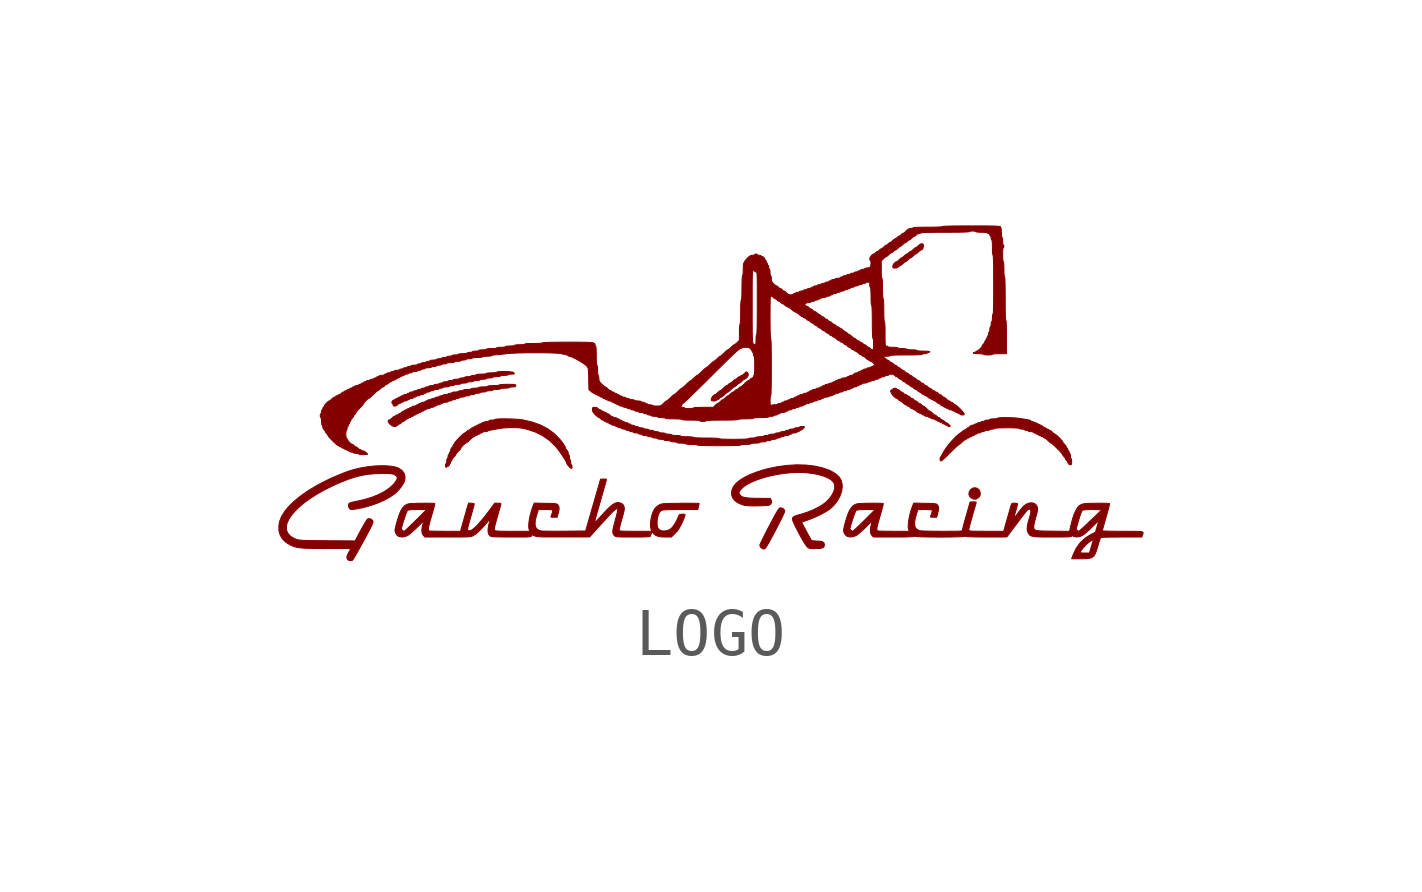
<source format=kicad_sym>
(kicad_symbol_lib
  (version 20231120)
  (generator "kicad_symbol_editor")
  (generator_version "8.0")
  (symbol "LOGO"
    (pin_names
      (offset 1.016))
    (property "Reference" "#G"
      (at 0 2.878 0)
      (effects (font (size 1.27 1.27)) (hide yes)))
    (symbol "LOGO_0_0"
      (polyline (pts (xy 5.529 -2.229) (xy 5.574 -2.201) (xy 5.59 -2.186) (xy 5.61 -2.155) (xy 5.615 -2.114) (xy 5.608 -2.071) (xy 5.583 -2.029) (xy 5.544 -2.002) (xy 5.498 -1.993) (xy 5.452 -2.004) (xy 5.41 -2.037) (xy 5.383 -2.084) (xy 5.378 -2.134) (xy 5.397 -2.179) (xy 5.438 -2.214) (xy 5.484 -2.232) (xy 5.529 -2.229)) (stroke (width 0.01) (type default)) (fill (type outline)))
      (polyline (pts (xy 1.117 -3.268) (xy 1.142 -3.25) (xy 1.156 -3.231) (xy 1.18 -3.193) (xy 1.212 -3.138) (xy 1.249 -3.07) (xy 1.291 -2.993) (xy 1.335 -2.911) (xy 1.379 -2.826) (xy 1.421 -2.744) (xy 1.46 -2.667) (xy 1.494 -2.598) (xy 1.52 -2.542) (xy 1.537 -2.502) (xy 1.543 -2.482) (xy 1.54 -2.464) (xy 1.519 -2.434) (xy 1.484 -2.415) (xy 1.445 -2.413) (xy 1.438 -2.417) (xy 1.425 -2.428) (xy 1.408 -2.45) (xy 1.386 -2.484) (xy 1.357 -2.534) (xy 1.321 -2.6) (xy 1.275 -2.685) (xy 1.219 -2.792) (xy 1.195 -2.837) (xy 1.149 -2.926) (xy 1.109 -3.007) (xy 1.074 -3.077) (xy 1.048 -3.132) (xy 1.031 -3.17) (xy 1.025 -3.188) (xy 1.025 -3.196) (xy 1.038 -3.23) (xy 1.071 -3.257) (xy 1.097 -3.27) (xy 1.117 -3.268)) (stroke (width 0.01) (type default)) (fill (type outline)))
      (polyline (pts (xy 3.884 2.587) (xy 3.912 2.608) (xy 3.928 2.625) (xy 3.949 2.635) (xy 3.954 2.635) (xy 3.977 2.649) (xy 4.005 2.674) (xy 4.013 2.683) (xy 4.04 2.705) (xy 4.058 2.714) (xy 4.062 2.715) (xy 4.084 2.729) (xy 4.111 2.754) (xy 4.12 2.763) (xy 4.146 2.785) (xy 4.165 2.794) (xy 4.169 2.795) (xy 4.191 2.809) (xy 4.218 2.834) (xy 4.226 2.842) (xy 4.253 2.865) (xy 4.271 2.874) (xy 4.275 2.875) (xy 4.297 2.889) (xy 4.324 2.914) (xy 4.332 2.922) (xy 4.359 2.945) (xy 4.377 2.954) (xy 4.403 2.965) (xy 4.423 2.995) (xy 4.431 3.039) (xy 4.429 3.069) (xy 4.419 3.084) (xy 4.396 3.087) (xy 4.362 3.077) (xy 4.324 3.047) (xy 4.316 3.038) (xy 4.29 3.016) (xy 4.271 3.007) (xy 4.267 3.006) (xy 4.245 2.992) (xy 4.218 2.967) (xy 4.21 2.959) (xy 4.182 2.936) (xy 4.162 2.927) (xy 4.146 2.921) (xy 4.125 2.901) (xy 4.109 2.884) (xy 4.087 2.874) (xy 4.083 2.873) (xy 4.059 2.859) (xy 4.032 2.834) (xy 4.023 2.826) (xy 3.997 2.803) (xy 3.978 2.794) (xy 3.974 2.793) (xy 3.952 2.779) (xy 3.925 2.754) (xy 3.917 2.746) (xy 3.891 2.723) (xy 3.873 2.714) (xy 3.849 2.704) (xy 3.822 2.678) (xy 3.801 2.646) (xy 3.792 2.615) (xy 3.795 2.593) (xy 3.809 2.583) (xy 3.842 2.581) (xy 3.884 2.587)) (stroke (width 0.01) (type default)) (fill (type outline)))
      (polyline (pts (xy 0.079 -0.186) (xy 0.108 -0.181) (xy 0.12 -0.173) (xy 0.123 -0.166) (xy 0.143 -0.16) (xy 0.162 -0.154) (xy 0.186 -0.133) (xy 0.202 -0.116) (xy 0.224 -0.106) (xy 0.235 -0.102) (xy 0.261 -0.083) (xy 0.293 -0.053) (xy 0.314 -0.032) (xy 0.342 -0.009) (xy 0.359 0) (xy 0.37 0.004) (xy 0.395 0.024) (xy 0.426 0.053) (xy 0.448 0.074) (xy 0.475 0.098) (xy 0.493 0.106) (xy 0.497 0.107) (xy 0.518 0.121) (xy 0.545 0.146) (xy 0.554 0.155) (xy 0.58 0.177) (xy 0.599 0.186) (xy 0.603 0.187) (xy 0.625 0.201) (xy 0.652 0.226) (xy 0.66 0.235) (xy 0.686 0.257) (xy 0.705 0.266) (xy 0.727 0.276) (xy 0.754 0.301) (xy 0.776 0.332) (xy 0.785 0.36) (xy 0.782 0.378) (xy 0.765 0.408) (xy 0.762 0.411) (xy 0.748 0.419) (xy 0.732 0.412) (xy 0.706 0.387) (xy 0.697 0.378) (xy 0.668 0.355) (xy 0.647 0.346) (xy 0.636 0.344) (xy 0.625 0.333) (xy 0.622 0.326) (xy 0.602 0.319) (xy 0.583 0.314) (xy 0.559 0.293) (xy 0.543 0.276) (xy 0.521 0.266) (xy 0.517 0.265) (xy 0.493 0.252) (xy 0.466 0.226) (xy 0.458 0.218) (xy 0.43 0.195) (xy 0.41 0.186) (xy 0.394 0.18) (xy 0.372 0.16) (xy 0.356 0.143) (xy 0.335 0.133) (xy 0.324 0.129) (xy 0.297 0.109) (xy 0.266 0.08) (xy 0.244 0.059) (xy 0.217 0.036) (xy 0.199 0.027) (xy 0.195 0.026) (xy 0.173 0.012) (xy 0.146 -0.013) (xy 0.138 -0.022) (xy 0.112 -0.044) (xy 0.094 -0.053) (xy 0.07 -0.063) (xy 0.044 -0.089) (xy 0.022 -0.122) (xy 0.013 -0.152) (xy 0.013 -0.156) (xy 0.017 -0.176) (xy 0.032 -0.184) (xy 0.067 -0.186) (xy 0.079 -0.186)) (stroke (width 0.01) (type default)) (fill (type outline)))
      (polyline (pts (xy 2.259 -3.258) (xy 2.312 -3.251) (xy 2.346 -3.238) (xy 2.363 -3.217) (xy 2.368 -3.187) (xy 2.367 -3.168) (xy 2.357 -3.138) (xy 2.331 -3.119) (xy 2.287 -3.108) (xy 2.221 -3.104) (xy 2.205 -3.104) (xy 2.155 -3.1) (xy 2.118 -3.096) (xy 2.1 -3.09) (xy 2.096 -3.084) (xy 2.08 -3.058) (xy 2.056 -3.014) (xy 2.025 -2.958) (xy 1.991 -2.894) (xy 1.892 -2.71) (xy 2.007 -2.672) (xy 2.082 -2.644) (xy 2.176 -2.605) (xy 2.271 -2.56) (xy 2.359 -2.514) (xy 2.435 -2.469) (xy 2.492 -2.429) (xy 2.56 -2.366) (xy 2.635 -2.273) (xy 2.692 -2.172) (xy 2.728 -2.069) (xy 2.741 -1.967) (xy 2.737 -1.913) (xy 2.716 -1.834) (xy 2.673 -1.765) (xy 2.607 -1.705) (xy 2.517 -1.651) (xy 2.466 -1.627) (xy 2.32 -1.576) (xy 2.157 -1.541) (xy 1.98 -1.521) (xy 1.79 -1.516) (xy 1.593 -1.528) (xy 1.39 -1.555) (xy 1.184 -1.598) (xy 1.099 -1.621) (xy 0.953 -1.668) (xy 0.82 -1.72) (xy 0.703 -1.778) (xy 0.606 -1.838) (xy 0.53 -1.901) (xy 0.478 -1.964) (xy 0.472 -1.975) (xy 0.44 -2.052) (xy 0.434 -2.125) (xy 0.453 -2.193) (xy 0.495 -2.254) (xy 0.559 -2.304) (xy 0.646 -2.342) (xy 0.652 -2.345) (xy 0.689 -2.355) (xy 0.725 -2.363) (xy 0.765 -2.367) (xy 0.815 -2.37) (xy 0.881 -2.371) (xy 0.968 -2.371) (xy 1.014 -2.37) (xy 1.092 -2.368) (xy 1.156 -2.365) (xy 1.201 -2.36) (xy 1.224 -2.355) (xy 1.253 -2.333) (xy 1.27 -2.295) (xy 1.261 -2.252) (xy 1.244 -2.215) (xy 0.998 -2.214) (xy 0.919 -2.213) (xy 0.826 -2.21) (xy 0.755 -2.204) (xy 0.7 -2.195) (xy 0.66 -2.182) (xy 0.631 -2.164) (xy 0.609 -2.14) (xy 0.593 -2.116) (xy 0.591 -2.095) (xy 0.604 -2.065) (xy 0.628 -2.029) (xy 0.685 -1.974) (xy 0.765 -1.921) (xy 0.863 -1.871) (xy 0.977 -1.825) (xy 1.104 -1.783) (xy 1.242 -1.747) (xy 1.387 -1.717) (xy 1.536 -1.694) (xy 1.687 -1.68) (xy 1.836 -1.675) (xy 1.861 -1.675) (xy 2.001 -1.682) (xy 2.132 -1.698) (xy 2.252 -1.722) (xy 2.359 -1.753) (xy 2.448 -1.791) (xy 2.517 -1.835) (xy 2.563 -1.883) (xy 2.565 -1.886) (xy 2.584 -1.942) (xy 2.583 -2.007) (xy 2.562 -2.078) (xy 2.524 -2.151) (xy 2.47 -2.224) (xy 2.403 -2.292) (xy 2.324 -2.352) (xy 2.256 -2.393) (xy 2.135 -2.454) (xy 2.004 -2.506) (xy 1.876 -2.547) (xy 1.832 -2.559) (xy 1.775 -2.576) (xy 1.738 -2.592) (xy 1.716 -2.607) (xy 1.706 -2.626) (xy 1.703 -2.648) (xy 1.704 -2.655) (xy 1.714 -2.687) (xy 1.735 -2.736) (xy 1.764 -2.798) (xy 1.8 -2.868) (xy 1.838 -2.942) (xy 1.878 -3.015) (xy 1.917 -3.084) (xy 1.952 -3.143) (xy 1.982 -3.189) (xy 2.004 -3.217) (xy 2.015 -3.228) (xy 2.033 -3.244) (xy 2.053 -3.253) (xy 2.08 -3.258) (xy 2.121 -3.26) (xy 2.183 -3.26) (xy 2.183 -3.26) (xy 2.259 -3.258)) (stroke (width 0.01) (type default)) (fill (type outline)))
      (polyline (pts (xy 4.978 -0.717) (xy 4.989 -0.711) (xy 4.989 -0.709) (xy 4.976 -0.69) (xy 4.952 -0.667) (xy 4.925 -0.647) (xy 4.907 -0.639) (xy 4.891 -0.633) (xy 4.87 -0.612) (xy 4.853 -0.595) (xy 4.83 -0.585) (xy 4.813 -0.58) (xy 4.79 -0.559) (xy 4.773 -0.542) (xy 4.75 -0.532) (xy 4.733 -0.526) (xy 4.71 -0.506) (xy 4.694 -0.489) (xy 4.673 -0.479) (xy 4.668 -0.478) (xy 4.645 -0.464) (xy 4.617 -0.439) (xy 4.609 -0.431) (xy 4.582 -0.408) (xy 4.564 -0.399) (xy 4.553 -0.395) (xy 4.528 -0.375) (xy 4.497 -0.346) (xy 4.476 -0.325) (xy 4.447 -0.302) (xy 4.428 -0.293) (xy 4.412 -0.287) (xy 4.391 -0.266) (xy 4.374 -0.249) (xy 4.351 -0.239) (xy 4.334 -0.234) (xy 4.311 -0.213) (xy 4.294 -0.196) (xy 4.271 -0.186) (xy 4.254 -0.18) (xy 4.231 -0.16) (xy 4.215 -0.143) (xy 4.191 -0.133) (xy 4.174 -0.127) (xy 4.151 -0.106) (xy 4.134 -0.09) (xy 4.108 -0.08) (xy 4.096 -0.078) (xy 4.085 -0.067) (xy 4.081 -0.059) (xy 4.061 -0.053) (xy 4.042 -0.047) (xy 4.018 -0.027) (xy 4.002 -0.01) (xy 3.978 0) (xy 3.961 0.006) (xy 3.938 0.027) (xy 3.921 0.043) (xy 3.896 0.053) (xy 3.883 0.055) (xy 3.872 0.067) (xy 3.863 0.075) (xy 3.838 0.08) (xy 3.833 0.08) (xy 3.807 0.07) (xy 3.779 0.053) (xy 3.756 0.032) (xy 3.744 0.014) (xy 3.749 0.003) (xy 3.756 -0.001) (xy 3.765 -0.021) (xy 3.773 -0.041) (xy 3.796 -0.07) (xy 3.825 -0.1) (xy 3.854 -0.123) (xy 3.875 -0.133) (xy 3.89 -0.139) (xy 3.912 -0.16) (xy 3.928 -0.176) (xy 3.949 -0.186) (xy 3.954 -0.187) (xy 3.977 -0.201) (xy 4.005 -0.226) (xy 4.013 -0.234) (xy 4.041 -0.257) (xy 4.064 -0.266) (xy 4.074 -0.268) (xy 4.085 -0.279) (xy 4.088 -0.286) (xy 4.108 -0.293) (xy 4.127 -0.298) (xy 4.151 -0.319) (xy 4.168 -0.336) (xy 4.194 -0.346) (xy 4.207 -0.348) (xy 4.218 -0.359) (xy 4.221 -0.366) (xy 4.242 -0.372) (xy 4.26 -0.378) (xy 4.284 -0.399) (xy 4.301 -0.416) (xy 4.327 -0.426) (xy 4.34 -0.428) (xy 4.351 -0.439) (xy 4.356 -0.447) (xy 4.378 -0.452) (xy 4.393 -0.455) (xy 4.404 -0.466) (xy 4.409 -0.473) (xy 4.431 -0.479) (xy 4.446 -0.481) (xy 4.457 -0.492) (xy 4.457 -0.492) (xy 4.469 -0.502) (xy 4.497 -0.506) (xy 4.498 -0.506) (xy 4.526 -0.509) (xy 4.537 -0.519) (xy 4.542 -0.527) (xy 4.564 -0.532) (xy 4.579 -0.535) (xy 4.59 -0.545) (xy 4.59 -0.546) (xy 4.602 -0.555) (xy 4.63 -0.559) (xy 4.631 -0.559) (xy 4.659 -0.563) (xy 4.67 -0.572) (xy 4.675 -0.58) (xy 4.697 -0.585) (xy 4.712 -0.588) (xy 4.723 -0.599) (xy 4.728 -0.607) (xy 4.75 -0.612) (xy 4.766 -0.615) (xy 4.777 -0.625) (xy 4.782 -0.633) (xy 4.803 -0.639) (xy 4.819 -0.641) (xy 4.83 -0.652) (xy 4.835 -0.66) (xy 4.856 -0.665) (xy 4.872 -0.668) (xy 4.883 -0.678) (xy 4.888 -0.686) (xy 4.91 -0.692) (xy 4.925 -0.694) (xy 4.936 -0.705) (xy 4.941 -0.713) (xy 4.963 -0.719) (xy 4.978 -0.717)) (stroke (width 0.01) (type default)) (fill (type outline)))
      (polyline (pts (xy -7.456 -3.502) (xy -7.451 -3.496) (xy -7.434 -3.469) (xy -7.407 -3.423) (xy -7.371 -3.361) (xy -7.329 -3.287) (xy -7.282 -3.201) (xy -7.231 -3.109) (xy -7.195 -3.042) (xy -7.144 -2.949) (xy -7.104 -2.874) (xy -7.075 -2.816) (xy -7.054 -2.772) (xy -7.04 -2.74) (xy -7.033 -2.718) (xy -7.031 -2.702) (xy -7.033 -2.69) (xy -7.042 -2.673) (xy -7.072 -2.647) (xy -7.109 -2.636) (xy -7.142 -2.643) (xy -7.142 -2.643) (xy -7.156 -2.659) (xy -7.179 -2.694) (xy -7.21 -2.745) (xy -7.246 -2.808) (xy -7.285 -2.879) (xy -7.404 -3.101) (xy -7.983 -3.097) (xy -8.013 -3.096) (xy -8.149 -3.095) (xy -8.262 -3.094) (xy -8.354 -3.093) (xy -8.427 -3.091) (xy -8.485 -3.089) (xy -8.529 -3.086) (xy -8.563 -3.083) (xy -8.589 -3.079) (xy -8.61 -3.074) (xy -8.629 -3.068) (xy -8.671 -3.05) (xy -8.747 -3.005) (xy -8.799 -2.95) (xy -8.829 -2.887) (xy -8.837 -2.818) (xy -8.824 -2.742) (xy -8.79 -2.662) (xy -8.737 -2.578) (xy -8.665 -2.49) (xy -8.575 -2.401) (xy -8.468 -2.31) (xy -8.344 -2.22) (xy -8.204 -2.131) (xy -8.05 -2.043) (xy -7.881 -1.958) (xy -7.699 -1.877) (xy -7.559 -1.822) (xy -7.415 -1.774) (xy -7.28 -1.739) (xy -7.145 -1.715) (xy -7.005 -1.702) (xy -6.852 -1.698) (xy -6.769 -1.698) (xy -6.707 -1.699) (xy -6.661 -1.702) (xy -6.628 -1.706) (xy -6.603 -1.713) (xy -6.58 -1.723) (xy -6.571 -1.728) (xy -6.537 -1.753) (xy -6.524 -1.782) (xy -6.533 -1.819) (xy -6.562 -1.87) (xy -6.606 -1.925) (xy -6.689 -2.001) (xy -6.794 -2.072) (xy -6.917 -2.136) (xy -7.055 -2.192) (xy -7.206 -2.238) (xy -7.366 -2.274) (xy -7.409 -2.282) (xy -7.462 -2.294) (xy -7.503 -2.306) (xy -7.524 -2.315) (xy -7.532 -2.323) (xy -7.543 -2.357) (xy -7.538 -2.396) (xy -7.517 -2.429) (xy -7.51 -2.435) (xy -7.497 -2.443) (xy -7.479 -2.447) (xy -7.452 -2.446) (xy -7.41 -2.44) (xy -7.347 -2.43) (xy -7.225 -2.405) (xy -7.079 -2.364) (xy -6.936 -2.313) (xy -6.801 -2.254) (xy -6.681 -2.189) (xy -6.582 -2.122) (xy -6.546 -2.091) (xy -6.488 -2.031) (xy -6.436 -1.965) (xy -6.396 -1.901) (xy -6.372 -1.845) (xy -6.368 -1.829) (xy -6.365 -1.754) (xy -6.387 -1.686) (xy -6.432 -1.629) (xy -6.499 -1.585) (xy -6.55 -1.566) (xy -6.641 -1.547) (xy -6.749 -1.537) (xy -6.871 -1.535) (xy -7.002 -1.541) (xy -7.137 -1.556) (xy -7.274 -1.578) (xy -7.406 -1.608) (xy -7.53 -1.645) (xy -7.615 -1.675) (xy -7.76 -1.734) (xy -7.912 -1.8) (xy -8.06 -1.872) (xy -8.196 -1.944) (xy -8.21 -1.952) (xy -8.383 -2.056) (xy -8.536 -2.163) (xy -8.669 -2.271) (xy -8.781 -2.379) (xy -8.87 -2.486) (xy -8.935 -2.591) (xy -8.975 -2.693) (xy -8.991 -2.783) (xy -8.99 -2.886) (xy -8.964 -2.98) (xy -8.914 -3.063) (xy -8.841 -3.133) (xy -8.747 -3.189) (xy -8.738 -3.193) (xy -8.699 -3.209) (xy -8.661 -3.223) (xy -8.619 -3.233) (xy -8.571 -3.242) (xy -8.514 -3.248) (xy -8.446 -3.253) (xy -8.363 -3.256) (xy -8.262 -3.258) (xy -8.14 -3.259) (xy -7.995 -3.26) (xy -7.494 -3.26) (xy -7.539 -3.345) (xy -7.554 -3.374) (xy -7.571 -3.413) (xy -7.576 -3.441) (xy -7.572 -3.463) (xy -7.559 -3.487) (xy -7.542 -3.503) (xy -7.525 -3.508) (xy -7.486 -3.511) (xy -7.456 -3.502)) (stroke (width 0.01) (type default)) (fill (type outline)))
      (polyline (pts (xy -2.89 -1.585) (xy -2.887 -1.557) (xy -2.887 -1.556) (xy -2.891 -1.528) (xy -2.901 -1.517) (xy -2.904 -1.515) (xy -2.911 -1.497) (xy -2.914 -1.464) (xy -2.914 -1.452) (xy -2.919 -1.422) (xy -2.927 -1.41) (xy -2.93 -1.409) (xy -2.938 -1.391) (xy -2.941 -1.357) (xy -2.941 -1.345) (xy -2.946 -1.316) (xy -2.954 -1.304) (xy -2.963 -1.294) (xy -2.967 -1.267) (xy -2.972 -1.24) (xy -2.994 -1.211) (xy -3.01 -1.195) (xy -3.02 -1.174) (xy -3.023 -1.158) (xy -3.038 -1.127) (xy -3.065 -1.084) (xy -3.108 -1.025) (xy -3.151 -0.972) (xy -3.265 -0.859) (xy -3.398 -0.763) (xy -3.551 -0.684) (xy -3.724 -0.623) (xy -3.917 -0.579) (xy -3.947 -0.575) (xy -4.008 -0.569) (xy -4.079 -0.564) (xy -4.156 -0.561) (xy -4.236 -0.559) (xy -4.311 -0.558) (xy -4.38 -0.559) (xy -4.435 -0.562) (xy -4.474 -0.566) (xy -4.491 -0.572) (xy -4.495 -0.576) (xy -4.52 -0.583) (xy -4.558 -0.585) (xy -4.575 -0.586) (xy -4.605 -0.591) (xy -4.617 -0.599) (xy -4.622 -0.607) (xy -4.644 -0.612) (xy -4.663 -0.614) (xy -4.699 -0.622) (xy -4.736 -0.633) (xy -4.765 -0.645) (xy -4.777 -0.655) (xy -4.782 -0.661) (xy -4.803 -0.665) (xy -4.819 -0.668) (xy -4.83 -0.678) (xy -4.835 -0.686) (xy -4.856 -0.692) (xy -4.872 -0.694) (xy -4.883 -0.705) (xy -4.888 -0.713) (xy -4.91 -0.719) (xy -4.925 -0.721) (xy -4.936 -0.732) (xy -4.94 -0.739) (xy -4.96 -0.745) (xy -4.979 -0.751) (xy -5.003 -0.772) (xy -5.019 -0.788) (xy -5.043 -0.798) (xy -5.06 -0.804) (xy -5.083 -0.825) (xy -5.099 -0.842) (xy -5.119 -0.852) (xy -5.128 -0.855) (xy -5.154 -0.874) (xy -5.189 -0.906) (xy -5.229 -0.944) (xy -5.268 -0.985) (xy -5.302 -1.023) (xy -5.326 -1.053) (xy -5.335 -1.071) (xy -5.337 -1.08) (xy -5.349 -1.091) (xy -5.356 -1.095) (xy -5.362 -1.115) (xy -5.368 -1.134) (xy -5.389 -1.157) (xy -5.405 -1.177) (xy -5.415 -1.214) (xy -5.419 -1.239) (xy -5.429 -1.251) (xy -5.436 -1.256) (xy -5.442 -1.277) (xy -5.444 -1.293) (xy -5.455 -1.304) (xy -5.455 -1.304) (xy -5.465 -1.316) (xy -5.468 -1.344) (xy -5.468 -1.344) (xy -5.473 -1.372) (xy -5.482 -1.384) (xy -5.485 -1.385) (xy -5.492 -1.404) (xy -5.495 -1.437) (xy -5.495 -1.449) (xy -5.5 -1.478) (xy -5.508 -1.49) (xy -5.509 -1.49) (xy -5.518 -1.502) (xy -5.522 -1.53) (xy -5.522 -1.531) (xy -5.518 -1.558) (xy -5.508 -1.57) (xy -5.505 -1.57) (xy -5.495 -1.557) (xy -5.49 -1.549) (xy -5.468 -1.543) (xy -5.451 -1.539) (xy -5.442 -1.517) (xy -5.439 -1.501) (xy -5.429 -1.49) (xy -5.421 -1.485) (xy -5.415 -1.464) (xy -5.413 -1.448) (xy -5.402 -1.437) (xy -5.396 -1.434) (xy -5.389 -1.416) (xy -5.388 -1.411) (xy -5.374 -1.386) (xy -5.349 -1.357) (xy -5.34 -1.349) (xy -5.318 -1.323) (xy -5.309 -1.304) (xy -5.304 -1.294) (xy -5.285 -1.268) (xy -5.256 -1.237) (xy -5.234 -1.216) (xy -5.211 -1.188) (xy -5.202 -1.171) (xy -5.202 -1.171) (xy -5.193 -1.153) (xy -5.17 -1.125) (xy -5.141 -1.096) (xy -5.114 -1.074) (xy -5.096 -1.064) (xy -5.095 -1.064) (xy -5.079 -1.055) (xy -5.05 -1.031) (xy -5.016 -0.998) (xy -5.016 -0.997) (xy -4.98 -0.964) (xy -4.95 -0.94) (xy -4.931 -0.931) (xy -4.92 -0.93) (xy -4.91 -0.918) (xy -4.905 -0.91) (xy -4.883 -0.905) (xy -4.868 -0.902) (xy -4.856 -0.891) (xy -4.851 -0.884) (xy -4.83 -0.878) (xy -4.814 -0.876) (xy -4.803 -0.865) (xy -4.798 -0.857) (xy -4.777 -0.852) (xy -4.761 -0.849) (xy -4.75 -0.838) (xy -4.749 -0.835) (xy -4.73 -0.828) (xy -4.697 -0.825) (xy -4.685 -0.825) (xy -4.655 -0.821) (xy -4.644 -0.813) (xy -4.643 -0.811) (xy -4.626 -0.802) (xy -4.594 -0.795) (xy -4.586 -0.794) (xy -4.545 -0.787) (xy -4.489 -0.777) (xy -4.431 -0.765) (xy -4.355 -0.753) (xy -4.262 -0.745) (xy -4.163 -0.741) (xy -4.064 -0.742) (xy -3.976 -0.747) (xy -3.905 -0.757) (xy -3.816 -0.778) (xy -3.649 -0.834) (xy -3.499 -0.909) (xy -3.363 -1.004) (xy -3.239 -1.121) (xy -3.213 -1.151) (xy -3.174 -1.2) (xy -3.132 -1.258) (xy -3.091 -1.318) (xy -3.053 -1.376) (xy -3.022 -1.427) (xy -3.001 -1.467) (xy -2.994 -1.49) (xy -2.992 -1.497) (xy -2.976 -1.52) (xy -2.95 -1.55) (xy -2.918 -1.581) (xy -2.899 -1.593) (xy -2.89 -1.585)) (stroke (width 0.01) (type default)) (fill (type outline)))
      (polyline (pts (xy 7.51 -1.511) (xy 7.516 -1.491) (xy 7.518 -1.45) (xy 7.517 -1.426) (xy 7.512 -1.396) (xy 7.504 -1.384) (xy 7.501 -1.382) (xy 7.494 -1.364) (xy 7.491 -1.331) (xy 7.491 -1.319) (xy 7.486 -1.289) (xy 7.478 -1.277) (xy 7.47 -1.272) (xy 7.464 -1.251) (xy 7.462 -1.235) (xy 7.451 -1.224) (xy 7.443 -1.219) (xy 7.438 -1.198) (xy 7.435 -1.182) (xy 7.424 -1.171) (xy 7.418 -1.168) (xy 7.411 -1.15) (xy 7.41 -1.145) (xy 7.396 -1.12) (xy 7.371 -1.091) (xy 7.363 -1.083) (xy 7.34 -1.057) (xy 7.331 -1.039) (xy 7.329 -1.032) (xy 7.312 -1.01) (xy 7.284 -0.978) (xy 7.25 -0.943) (xy 7.216 -0.911) (xy 7.187 -0.887) (xy 7.171 -0.878) (xy 7.167 -0.877) (xy 7.145 -0.863) (xy 7.118 -0.838) (xy 7.11 -0.83) (xy 7.082 -0.807) (xy 7.06 -0.798) (xy 7.049 -0.797) (xy 7.039 -0.785) (xy 7.034 -0.777) (xy 7.012 -0.772) (xy 6.997 -0.769) (xy 6.985 -0.758) (xy 6.982 -0.752) (xy 6.963 -0.745) (xy 6.95 -0.742) (xy 6.927 -0.725) (xy 6.917 -0.717) (xy 6.887 -0.698) (xy 6.843 -0.676) (xy 6.794 -0.653) (xy 6.746 -0.632) (xy 6.707 -0.618) (xy 6.683 -0.612) (xy 6.676 -0.611) (xy 6.666 -0.6) (xy 6.666 -0.599) (xy 6.652 -0.589) (xy 6.623 -0.581) (xy 6.524 -0.564) (xy 6.442 -0.551) (xy 6.372 -0.542) (xy 6.307 -0.537) (xy 6.24 -0.534) (xy 6.164 -0.533) (xy 6.162 -0.533) (xy 6.083 -0.533) (xy 6.024 -0.536) (xy 5.987 -0.54) (xy 5.974 -0.545) (xy 5.966 -0.551) (xy 5.937 -0.557) (xy 5.894 -0.559) (xy 5.858 -0.56) (xy 5.827 -0.565) (xy 5.814 -0.572) (xy 5.813 -0.575) (xy 5.795 -0.583) (xy 5.761 -0.585) (xy 5.749 -0.586) (xy 5.72 -0.59) (xy 5.708 -0.599) (xy 5.708 -0.599) (xy 5.696 -0.608) (xy 5.668 -0.612) (xy 5.668 -0.612) (xy 5.64 -0.616) (xy 5.628 -0.625) (xy 5.628 -0.625) (xy 5.616 -0.635) (xy 5.588 -0.639) (xy 5.588 -0.639) (xy 5.56 -0.643) (xy 5.548 -0.652) (xy 5.544 -0.659) (xy 5.522 -0.665) (xy 5.507 -0.667) (xy 5.489 -0.678) (xy 5.476 -0.687) (xy 5.448 -0.692) (xy 5.427 -0.695) (xy 5.415 -0.703) (xy 5.415 -0.703) (xy 5.404 -0.716) (xy 5.379 -0.733) (xy 5.348 -0.751) (xy 5.316 -0.775) (xy 5.296 -0.79) (xy 5.273 -0.798) (xy 5.266 -0.799) (xy 5.256 -0.809) (xy 5.255 -0.811) (xy 5.241 -0.825) (xy 5.213 -0.844) (xy 5.164 -0.879) (xy 5.099 -0.937) (xy 5.031 -1.008) (xy 4.963 -1.087) (xy 4.902 -1.167) (xy 4.851 -1.245) (xy 4.815 -1.314) (xy 4.813 -1.319) (xy 4.798 -1.346) (xy 4.787 -1.357) (xy 4.787 -1.357) (xy 4.78 -1.369) (xy 4.777 -1.397) (xy 4.781 -1.426) (xy 4.797 -1.437) (xy 4.811 -1.429) (xy 4.841 -1.405) (xy 4.883 -1.367) (xy 4.934 -1.319) (xy 4.989 -1.264) (xy 5.043 -1.211) (xy 5.093 -1.163) (xy 5.134 -1.125) (xy 5.163 -1.1) (xy 5.176 -1.091) (xy 5.187 -1.087) (xy 5.212 -1.067) (xy 5.242 -1.038) (xy 5.264 -1.017) (xy 5.294 -0.994) (xy 5.314 -0.985) (xy 5.325 -0.983) (xy 5.335 -0.971) (xy 5.34 -0.964) (xy 5.362 -0.958) (xy 5.378 -0.956) (xy 5.389 -0.945) (xy 5.394 -0.937) (xy 5.415 -0.931) (xy 5.431 -0.929) (xy 5.442 -0.918) (xy 5.447 -0.91) (xy 5.468 -0.905) (xy 5.484 -0.902) (xy 5.495 -0.891) (xy 5.5 -0.884) (xy 5.522 -0.878) (xy 5.537 -0.876) (xy 5.548 -0.865) (xy 5.548 -0.865) (xy 5.56 -0.855) (xy 5.588 -0.852) (xy 5.589 -0.852) (xy 5.617 -0.848) (xy 5.628 -0.838) (xy 5.628 -0.838) (xy 5.64 -0.829) (xy 5.668 -0.825) (xy 5.669 -0.825) (xy 5.697 -0.821) (xy 5.708 -0.812) (xy 5.709 -0.809) (xy 5.728 -0.801) (xy 5.761 -0.798) (xy 5.773 -0.798) (xy 5.803 -0.793) (xy 5.814 -0.785) (xy 5.816 -0.782) (xy 5.834 -0.775) (xy 5.868 -0.772) (xy 5.88 -0.771) (xy 5.909 -0.767) (xy 5.921 -0.758) (xy 5.925 -0.755) (xy 5.953 -0.751) (xy 6.005 -0.748) (xy 6.079 -0.746) (xy 6.174 -0.745) (xy 6.231 -0.745) (xy 6.314 -0.747) (xy 6.375 -0.75) (xy 6.413 -0.753) (xy 6.426 -0.758) (xy 6.428 -0.761) (xy 6.446 -0.769) (xy 6.48 -0.772) (xy 6.492 -0.772) (xy 6.521 -0.777) (xy 6.533 -0.785) (xy 6.533 -0.785) (xy 6.545 -0.794) (xy 6.573 -0.798) (xy 6.573 -0.798) (xy 6.601 -0.802) (xy 6.613 -0.812) (xy 6.614 -0.815) (xy 6.633 -0.822) (xy 6.666 -0.825) (xy 6.678 -0.825) (xy 6.707 -0.83) (xy 6.719 -0.838) (xy 6.724 -0.846) (xy 6.746 -0.852) (xy 6.761 -0.854) (xy 6.772 -0.865) (xy 6.777 -0.873) (xy 6.799 -0.878) (xy 6.814 -0.881) (xy 6.826 -0.891) (xy 6.831 -0.899) (xy 6.852 -0.905) (xy 6.868 -0.907) (xy 6.879 -0.918) (xy 6.884 -0.926) (xy 6.905 -0.931) (xy 6.921 -0.934) (xy 6.932 -0.945) (xy 6.935 -0.951) (xy 6.953 -0.958) (xy 6.965 -0.962) (xy 6.993 -0.982) (xy 7.025 -1.011) (xy 7.047 -1.032) (xy 7.074 -1.056) (xy 7.091 -1.064) (xy 7.093 -1.065) (xy 7.112 -1.077) (xy 7.143 -1.104) (xy 7.181 -1.141) (xy 7.223 -1.182) (xy 7.264 -1.224) (xy 7.298 -1.262) (xy 7.322 -1.292) (xy 7.331 -1.307) (xy 7.337 -1.323) (xy 7.358 -1.344) (xy 7.375 -1.36) (xy 7.385 -1.384) (xy 7.39 -1.401) (xy 7.411 -1.424) (xy 7.428 -1.44) (xy 7.438 -1.46) (xy 7.44 -1.472) (xy 7.454 -1.497) (xy 7.466 -1.506) (xy 7.494 -1.516) (xy 7.496 -1.516) (xy 7.51 -1.511)) (stroke (width 0.01) (type default)) (fill (type outline)))
      (polyline (pts (xy -6.549 -0.288) (xy -6.52 -0.266) (xy -6.503 -0.249) (xy -6.477 -0.239) (xy -6.464 -0.237) (xy -6.453 -0.226) (xy -6.448 -0.218) (xy -6.426 -0.213) (xy -6.411 -0.21) (xy -6.4 -0.2) (xy -6.4 -0.199) (xy -6.388 -0.19) (xy -6.36 -0.186) (xy -6.359 -0.186) (xy -6.332 -0.182) (xy -6.32 -0.173) (xy -6.315 -0.165) (xy -6.293 -0.16) (xy -6.278 -0.157) (xy -6.267 -0.146) (xy -6.267 -0.146) (xy -6.255 -0.137) (xy -6.227 -0.133) (xy -6.226 -0.133) (xy -6.199 -0.129) (xy -6.187 -0.12) (xy -6.182 -0.112) (xy -6.16 -0.106) (xy -6.145 -0.104) (xy -6.134 -0.093) (xy -6.134 -0.093) (xy -6.122 -0.084) (xy -6.094 -0.08) (xy -6.093 -0.08) (xy -6.066 -0.076) (xy -6.054 -0.067) (xy -6.054 -0.066) (xy -6.042 -0.057) (xy -6.014 -0.053) (xy -6.013 -0.053) (xy -5.986 -0.049) (xy -5.974 -0.04) (xy -5.969 -0.032) (xy -5.947 -0.027) (xy -5.932 -0.024) (xy -5.921 -0.013) (xy -5.921 -0.013) (xy -5.909 -0.004) (xy -5.881 0) (xy -5.88 0) (xy -5.853 0.004) (xy -5.841 0.013) (xy -5.841 0.013) (xy -5.829 0.023) (xy -5.801 0.027) (xy -5.801 0.027) (xy -5.773 0.031) (xy -5.761 0.04) (xy -5.76 0.043) (xy -5.741 0.05) (xy -5.708 0.053) (xy -5.696 0.054) (xy -5.667 0.058) (xy -5.655 0.067) (xy -5.655 0.067) (xy -5.643 0.076) (xy -5.615 0.08) (xy -5.614 0.08) (xy -5.587 0.084) (xy -5.575 0.093) (xy -5.571 0.098) (xy -5.546 0.104) (xy -5.508 0.106) (xy -5.484 0.107) (xy -5.454 0.112) (xy -5.442 0.12) (xy -5.441 0.123) (xy -5.422 0.13) (xy -5.389 0.133) (xy -5.377 0.133) (xy -5.347 0.138) (xy -5.335 0.146) (xy -5.331 0.151) (xy -5.307 0.157) (xy -5.269 0.16) (xy -5.245 0.161) (xy -5.214 0.165) (xy -5.202 0.173) (xy -5.198 0.178) (xy -5.174 0.184) (xy -5.136 0.186) (xy -5.112 0.187) (xy -5.081 0.192) (xy -5.069 0.2) (xy -5.065 0.204) (xy -5.041 0.21) (xy -5.003 0.213) (xy -4.979 0.214) (xy -4.948 0.219) (xy -4.936 0.226) (xy -4.932 0.231) (xy -4.908 0.237) (xy -4.87 0.239) (xy -4.846 0.24) (xy -4.815 0.245) (xy -4.803 0.253) (xy -4.799 0.258) (xy -4.775 0.264) (xy -4.737 0.266) (xy -4.713 0.267) (xy -4.682 0.272) (xy -4.67 0.279) (xy -4.666 0.284) (xy -4.642 0.29) (xy -4.604 0.293) (xy -4.58 0.294) (xy -4.549 0.298) (xy -4.537 0.306) (xy -4.529 0.312) (xy -4.5 0.317) (xy -4.457 0.319) (xy -4.421 0.321) (xy -4.39 0.326) (xy -4.378 0.333) (xy -4.369 0.339) (xy -4.34 0.344) (xy -4.298 0.346) (xy -4.262 0.347) (xy -4.23 0.352) (xy -4.218 0.359) (xy -4.213 0.364) (xy -4.189 0.37) (xy -4.151 0.373) (xy -4.114 0.373) (xy -4.091 0.378) (xy -4.088 0.388) (xy -4.104 0.407) (xy -4.114 0.412) (xy -4.146 0.418) (xy -4.193 0.423) (xy -4.249 0.426) (xy -4.308 0.427) (xy -4.365 0.426) (xy -4.412 0.424) (xy -4.445 0.419) (xy -4.457 0.412) (xy -4.458 0.411) (xy -4.474 0.405) (xy -4.511 0.401) (xy -4.564 0.399) (xy -4.573 0.399) (xy -4.624 0.397) (xy -4.658 0.393) (xy -4.67 0.386) (xy -4.671 0.385) (xy -4.687 0.378) (xy -4.724 0.374) (xy -4.777 0.373) (xy -4.786 0.372) (xy -4.837 0.37) (xy -4.871 0.366) (xy -4.883 0.359) (xy -4.884 0.356) (xy -4.903 0.349) (xy -4.936 0.346) (xy -4.948 0.346) (xy -4.978 0.341) (xy -4.989 0.333) (xy -4.994 0.328) (xy -5.018 0.322) (xy -5.056 0.319) (xy -5.08 0.319) (xy -5.111 0.314) (xy -5.123 0.306) (xy -5.124 0.303) (xy -5.143 0.296) (xy -5.176 0.293) (xy -5.188 0.292) (xy -5.217 0.288) (xy -5.229 0.279) (xy -5.234 0.275) (xy -5.258 0.269) (xy -5.296 0.266) (xy -5.319 0.265) (xy -5.35 0.26) (xy -5.362 0.253) (xy -5.363 0.25) (xy -5.382 0.242) (xy -5.415 0.239) (xy -5.427 0.239) (xy -5.457 0.234) (xy -5.468 0.226) (xy -5.47 0.223) (xy -5.488 0.216) (xy -5.522 0.213) (xy -5.534 0.213) (xy -5.563 0.208) (xy -5.575 0.2) (xy -5.575 0.199) (xy -5.587 0.19) (xy -5.615 0.186) (xy -5.615 0.186) (xy -5.643 0.182) (xy -5.655 0.173) (xy -5.656 0.17) (xy -5.675 0.163) (xy -5.708 0.16) (xy -5.72 0.159) (xy -5.749 0.155) (xy -5.761 0.146) (xy -5.763 0.143) (xy -5.781 0.136) (xy -5.814 0.133) (xy -5.826 0.133) (xy -5.856 0.128) (xy -5.868 0.12) (xy -5.868 0.12) (xy -5.88 0.11) (xy -5.908 0.106) (xy -5.908 0.106) (xy -5.936 0.102) (xy -5.947 0.093) (xy -5.947 0.093) (xy -5.959 0.084) (xy -5.987 0.08) (xy -5.988 0.08) (xy -6.016 0.076) (xy -6.027 0.067) (xy -6.027 0.066) (xy -6.039 0.057) (xy -6.067 0.053) (xy -6.068 0.053) (xy -6.096 0.049) (xy -6.107 0.04) (xy -6.107 0.04) (xy -6.119 0.03) (xy -6.147 0.027) (xy -6.148 0.027) (xy -6.175 0.023) (xy -6.187 0.013) (xy -6.187 0.013) (xy -6.199 0.004) (xy -6.227 0) (xy -6.227 0) (xy -6.255 -0.004) (xy -6.267 -0.013) (xy -6.272 -0.021) (xy -6.293 -0.027) (xy -6.309 -0.029) (xy -6.32 -0.04) (xy -6.32 -0.04) (xy -6.332 -0.049) (xy -6.36 -0.053) (xy -6.361 -0.053) (xy -6.388 -0.057) (xy -6.4 -0.067) (xy -6.405 -0.074) (xy -6.426 -0.08) (xy -6.442 -0.082) (xy -6.453 -0.093) (xy -6.458 -0.101) (xy -6.48 -0.106) (xy -6.495 -0.109) (xy -6.506 -0.12) (xy -6.511 -0.128) (xy -6.533 -0.133) (xy -6.548 -0.136) (xy -6.56 -0.146) (xy -6.562 -0.153) (xy -6.58 -0.16) (xy -6.595 -0.163) (xy -6.62 -0.179) (xy -6.624 -0.183) (xy -6.637 -0.207) (xy -6.638 -0.23) (xy -6.626 -0.239) (xy -6.618 -0.244) (xy -6.613 -0.266) (xy -6.613 -0.27) (xy -6.604 -0.288) (xy -6.576 -0.293) (xy -6.549 -0.288)) (stroke (width 0.01) (type default)) (fill (type outline)))
      (polyline (pts (xy -6.551 -0.715) (xy -6.52 -0.692) (xy -6.503 -0.675) (xy -6.48 -0.665) (xy -6.463 -0.659) (xy -6.44 -0.639) (xy -6.423 -0.622) (xy -6.4 -0.612) (xy -6.383 -0.606) (xy -6.36 -0.585) (xy -6.343 -0.569) (xy -6.317 -0.559) (xy -6.304 -0.557) (xy -6.293 -0.545) (xy -6.288 -0.538) (xy -6.267 -0.532) (xy -6.251 -0.53) (xy -6.24 -0.519) (xy -6.235 -0.511) (xy -6.214 -0.506) (xy -6.198 -0.503) (xy -6.187 -0.492) (xy -6.182 -0.484) (xy -6.16 -0.479) (xy -6.145 -0.476) (xy -6.134 -0.466) (xy -6.129 -0.458) (xy -6.107 -0.452) (xy -6.092 -0.45) (xy -6.081 -0.439) (xy -6.076 -0.431) (xy -6.054 -0.426) (xy -6.038 -0.423) (xy -6.027 -0.412) (xy -6.022 -0.405) (xy -6.001 -0.399) (xy -5.985 -0.397) (xy -5.974 -0.386) (xy -5.969 -0.378) (xy -5.947 -0.372) (xy -5.932 -0.37) (xy -5.921 -0.359) (xy -5.921 -0.359) (xy -5.909 -0.35) (xy -5.881 -0.346) (xy -5.88 -0.346) (xy -5.853 -0.342) (xy -5.841 -0.333) (xy -5.841 -0.332) (xy -5.829 -0.323) (xy -5.801 -0.319) (xy -5.801 -0.319) (xy -5.773 -0.315) (xy -5.761 -0.306) (xy -5.756 -0.298) (xy -5.735 -0.293) (xy -5.719 -0.29) (xy -5.708 -0.279) (xy -5.708 -0.279) (xy -5.696 -0.27) (xy -5.668 -0.266) (xy -5.668 -0.266) (xy -5.64 -0.262) (xy -5.628 -0.253) (xy -5.623 -0.245) (xy -5.602 -0.239) (xy -5.586 -0.237) (xy -5.575 -0.226) (xy -5.574 -0.223) (xy -5.555 -0.216) (xy -5.522 -0.213) (xy -5.51 -0.212) (xy -5.48 -0.208) (xy -5.468 -0.2) (xy -5.468 -0.199) (xy -5.457 -0.19) (xy -5.429 -0.186) (xy -5.428 -0.186) (xy -5.4 -0.182) (xy -5.389 -0.173) (xy -5.389 -0.173) (xy -5.377 -0.164) (xy -5.349 -0.16) (xy -5.348 -0.16) (xy -5.32 -0.156) (xy -5.309 -0.146) (xy -5.309 -0.146) (xy -5.297 -0.137) (xy -5.269 -0.133) (xy -5.268 -0.133) (xy -5.241 -0.129) (xy -5.229 -0.12) (xy -5.228 -0.117) (xy -5.209 -0.109) (xy -5.176 -0.106) (xy -5.164 -0.106) (xy -5.134 -0.101) (xy -5.123 -0.093) (xy -5.121 -0.09) (xy -5.103 -0.083) (xy -5.069 -0.08) (xy -5.057 -0.08) (xy -5.028 -0.075) (xy -5.016 -0.067) (xy -5.015 -0.064) (xy -4.996 -0.056) (xy -4.963 -0.053) (xy -4.951 -0.053) (xy -4.921 -0.048) (xy -4.91 -0.04) (xy -4.908 -0.037) (xy -4.89 -0.029) (xy -4.856 -0.027) (xy -4.845 -0.026) (xy -4.815 -0.022) (xy -4.803 -0.013) (xy -4.799 -0.009) (xy -4.775 -0.002) (xy -4.737 0) (xy -4.713 0.001) (xy -4.682 0.006) (xy -4.67 0.013) (xy -4.666 0.018) (xy -4.642 0.024) (xy -4.604 0.027) (xy -4.58 0.028) (xy -4.549 0.032) (xy -4.537 0.04) (xy -4.529 0.046) (xy -4.5 0.051) (xy -4.457 0.053) (xy -4.421 0.055) (xy -4.39 0.059) (xy -4.378 0.067) (xy -4.365 0.073) (xy -4.332 0.078) (xy -4.284 0.08) (xy -4.284 0.08) (xy -4.237 0.082) (xy -4.204 0.086) (xy -4.191 0.093) (xy -4.187 0.098) (xy -4.163 0.104) (xy -4.125 0.106) (xy -4.109 0.107) (xy -4.077 0.109) (xy -4.062 0.117) (xy -4.058 0.133) (xy -4.059 0.143) (xy -4.066 0.151) (xy -4.082 0.156) (xy -4.112 0.158) (xy -4.16 0.16) (xy -4.231 0.16) (xy -4.297 0.159) (xy -4.355 0.156) (xy -4.391 0.152) (xy -4.404 0.146) (xy -4.405 0.144) (xy -4.426 0.138) (xy -4.466 0.135) (xy -4.524 0.133) (xy -4.544 0.133) (xy -4.596 0.131) (xy -4.631 0.126) (xy -4.644 0.12) (xy -4.656 0.113) (xy -4.689 0.108) (xy -4.737 0.106) (xy -4.737 0.106) (xy -4.785 0.105) (xy -4.818 0.1) (xy -4.83 0.093) (xy -4.838 0.087) (xy -4.867 0.082) (xy -4.91 0.08) (xy -4.946 0.078) (xy -4.977 0.074) (xy -4.989 0.067) (xy -4.998 0.06) (xy -5.027 0.055) (xy -5.069 0.053) (xy -5.105 0.052) (xy -5.137 0.047) (xy -5.149 0.04) (xy -5.151 0.037) (xy -5.169 0.03) (xy -5.202 0.027) (xy -5.214 0.026) (xy -5.244 0.022) (xy -5.256 0.013) (xy -5.26 0.009) (xy -5.284 0.002) (xy -5.322 0) (xy -5.346 -0.001) (xy -5.377 -0.006) (xy -5.389 -0.013) (xy -5.389 -0.013) (xy -5.401 -0.023) (xy -5.429 -0.027) (xy -5.429 -0.027) (xy -5.457 -0.03) (xy -5.468 -0.04) (xy -5.47 -0.043) (xy -5.488 -0.05) (xy -5.522 -0.053) (xy -5.534 -0.053) (xy -5.563 -0.058) (xy -5.575 -0.067) (xy -5.575 -0.067) (xy -5.587 -0.076) (xy -5.615 -0.08) (xy -5.615 -0.08) (xy -5.643 -0.084) (xy -5.655 -0.093) (xy -5.655 -0.093) (xy -5.667 -0.103) (xy -5.695 -0.106) (xy -5.695 -0.106) (xy -5.723 -0.11) (xy -5.735 -0.12) (xy -5.735 -0.12) (xy -5.747 -0.129) (xy -5.774 -0.133) (xy -5.775 -0.133) (xy -5.803 -0.137) (xy -5.814 -0.146) (xy -5.814 -0.146) (xy -5.826 -0.156) (xy -5.854 -0.16) (xy -5.855 -0.16) (xy -5.883 -0.164) (xy -5.894 -0.173) (xy -5.899 -0.181) (xy -5.921 -0.186) (xy -5.936 -0.189) (xy -5.947 -0.2) (xy -5.947 -0.2) (xy -5.959 -0.209) (xy -5.987 -0.213) (xy -5.988 -0.213) (xy -6.016 -0.217) (xy -6.027 -0.226) (xy -6.032 -0.234) (xy -6.054 -0.239) (xy -6.069 -0.242) (xy -6.081 -0.253) (xy -6.086 -0.261) (xy -6.107 -0.266) (xy -6.123 -0.269) (xy -6.134 -0.279) (xy -6.134 -0.28) (xy -6.146 -0.289) (xy -6.174 -0.293) (xy -6.174 -0.293) (xy -6.202 -0.297) (xy -6.214 -0.306) (xy -6.219 -0.314) (xy -6.24 -0.319) (xy -6.256 -0.322) (xy -6.267 -0.333) (xy -6.272 -0.34) (xy -6.293 -0.346) (xy -6.309 -0.348) (xy -6.32 -0.359) (xy -6.325 -0.367) (xy -6.347 -0.372) (xy -6.362 -0.375) (xy -6.373 -0.386) (xy -6.377 -0.393) (xy -6.397 -0.399) (xy -6.416 -0.405) (xy -6.44 -0.426) (xy -6.457 -0.442) (xy -6.483 -0.452) (xy -6.495 -0.454) (xy -6.506 -0.466) (xy -6.511 -0.473) (xy -6.533 -0.479) (xy -6.548 -0.481) (xy -6.56 -0.492) (xy -6.562 -0.499) (xy -6.581 -0.506) (xy -6.586 -0.506) (xy -6.611 -0.52) (xy -6.639 -0.545) (xy -6.647 -0.553) (xy -6.676 -0.576) (xy -6.698 -0.585) (xy -6.711 -0.588) (xy -6.718 -0.605) (xy -6.706 -0.634) (xy -6.676 -0.671) (xy -6.638 -0.702) (xy -6.592 -0.718) (xy -6.551 -0.715)) (stroke (width 0.01) (type default)) (fill (type outline)))
      (polyline (pts (xy 0.308 -1.117) (xy 0.42 -1.116) (xy 0.509 -1.114) (xy 0.573 -1.112) (xy 0.612 -1.108) (xy 0.625 -1.104) (xy 0.626 -1.103) (xy 0.642 -1.097) (xy 0.679 -1.093) (xy 0.732 -1.091) (xy 0.741 -1.091) (xy 0.792 -1.089) (xy 0.826 -1.084) (xy 0.838 -1.078) (xy 0.851 -1.071) (xy 0.884 -1.066) (xy 0.931 -1.064) (xy 0.931 -1.064) (xy 0.979 -1.063) (xy 1.012 -1.058) (xy 1.024 -1.051) (xy 1.029 -1.046) (xy 1.053 -1.04) (xy 1.091 -1.038) (xy 1.115 -1.037) (xy 1.146 -1.032) (xy 1.158 -1.024) (xy 1.159 -1.022) (xy 1.177 -1.014) (xy 1.211 -1.011) (xy 1.223 -1.011) (xy 1.252 -1.006) (xy 1.264 -0.998) (xy 1.265 -0.995) (xy 1.284 -0.988) (xy 1.317 -0.985) (xy 1.329 -0.984) (xy 1.359 -0.98) (xy 1.371 -0.971) (xy 1.371 -0.971) (xy 1.382 -0.962) (xy 1.41 -0.958) (xy 1.411 -0.958) (xy 1.439 -0.954) (xy 1.45 -0.945) (xy 1.45 -0.945) (xy 1.462 -0.935) (xy 1.49 -0.931) (xy 1.491 -0.931) (xy 1.519 -0.927) (xy 1.53 -0.918) (xy 1.532 -0.915) (xy 1.55 -0.908) (xy 1.583 -0.905) (xy 1.595 -0.904) (xy 1.625 -0.9) (xy 1.637 -0.891) (xy 1.642 -0.884) (xy 1.663 -0.878) (xy 1.679 -0.876) (xy 1.69 -0.865) (xy 1.691 -0.862) (xy 1.71 -0.855) (xy 1.743 -0.852) (xy 1.755 -0.851) (xy 1.784 -0.847) (xy 1.796 -0.838) (xy 1.801 -0.831) (xy 1.823 -0.825) (xy 1.838 -0.822) (xy 1.849 -0.812) (xy 1.852 -0.805) (xy 1.87 -0.798) (xy 1.873 -0.798) (xy 1.895 -0.787) (xy 1.923 -0.766) (xy 1.946 -0.743) (xy 1.956 -0.726) (xy 1.954 -0.724) (xy 1.936 -0.72) (xy 1.903 -0.719) (xy 1.891 -0.719) (xy 1.861 -0.723) (xy 1.849 -0.732) (xy 1.848 -0.735) (xy 1.83 -0.742) (xy 1.796 -0.745) (xy 1.784 -0.745) (xy 1.755 -0.75) (xy 1.743 -0.758) (xy 1.742 -0.761) (xy 1.723 -0.769) (xy 1.69 -0.772) (xy 1.678 -0.772) (xy 1.648 -0.777) (xy 1.637 -0.785) (xy 1.637 -0.785) (xy 1.625 -0.794) (xy 1.597 -0.798) (xy 1.596 -0.798) (xy 1.568 -0.802) (xy 1.557 -0.812) (xy 1.555 -0.815) (xy 1.537 -0.822) (xy 1.504 -0.825) (xy 1.492 -0.825) (xy 1.462 -0.83) (xy 1.45 -0.838) (xy 1.449 -0.841) (xy 1.43 -0.849) (xy 1.397 -0.852) (xy 1.385 -0.852) (xy 1.356 -0.857) (xy 1.344 -0.865) (xy 1.339 -0.87) (xy 1.315 -0.876) (xy 1.277 -0.878) (xy 1.253 -0.879) (xy 1.223 -0.884) (xy 1.211 -0.891) (xy 1.209 -0.894) (xy 1.191 -0.902) (xy 1.158 -0.905) (xy 1.146 -0.905) (xy 1.116 -0.91) (xy 1.104 -0.918) (xy 1.096 -0.924) (xy 1.067 -0.929) (xy 1.024 -0.931) (xy 0.989 -0.933) (xy 0.957 -0.938) (xy 0.945 -0.945) (xy 0.936 -0.951) (xy 0.907 -0.956) (xy 0.865 -0.958) (xy 0.829 -0.959) (xy 0.797 -0.964) (xy 0.785 -0.971) (xy 0.772 -0.976) (xy 0.734 -0.98) (xy 0.671 -0.982) (xy 0.586 -0.984) (xy 0.479 -0.985) (xy 0.479 -0.985) (xy 0.372 -0.984) (xy 0.287 -0.982) (xy 0.225 -0.98) (xy 0.186 -0.976) (xy 0.173 -0.971) (xy 0.167 -0.968) (xy 0.136 -0.964) (xy 0.082 -0.961) (xy 0.005 -0.959) (xy -0.093 -0.958) (xy -0.163 -0.958) (xy -0.246 -0.956) (xy -0.308 -0.953) (xy -0.346 -0.95) (xy -0.359 -0.945) (xy -0.362 -0.942) (xy -0.386 -0.936) (xy -0.43 -0.933) (xy -0.492 -0.931) (xy -0.523 -0.931) (xy -0.577 -0.929) (xy -0.613 -0.924) (xy -0.625 -0.918) (xy -0.638 -0.911) (xy -0.671 -0.906) (xy -0.719 -0.905) (xy -0.719 -0.905) (xy -0.766 -0.903) (xy -0.799 -0.898) (xy -0.812 -0.891) (xy -0.816 -0.887) (xy -0.84 -0.88) (xy -0.878 -0.878) (xy -0.902 -0.877) (xy -0.933 -0.872) (xy -0.945 -0.865) (xy -0.949 -0.86) (xy -0.973 -0.854) (xy -1.011 -0.852) (xy -1.035 -0.851) (xy -1.066 -0.846) (xy -1.078 -0.838) (xy -1.079 -0.835) (xy -1.098 -0.828) (xy -1.131 -0.825) (xy -1.143 -0.825) (xy -1.172 -0.82) (xy -1.184 -0.812) (xy -1.185 -0.809) (xy -1.204 -0.801) (xy -1.237 -0.798) (xy -1.249 -0.798) (xy -1.279 -0.793) (xy -1.291 -0.785) (xy -1.292 -0.782) (xy -1.31 -0.775) (xy -1.344 -0.772) (xy -1.356 -0.771) (xy -1.385 -0.767) (xy -1.397 -0.758) (xy -1.398 -0.755) (xy -1.417 -0.748) (xy -1.45 -0.745) (xy -1.462 -0.745) (xy -1.492 -0.74) (xy -1.504 -0.732) (xy -1.504 -0.732) (xy -1.515 -0.722) (xy -1.543 -0.719) (xy -1.544 -0.719) (xy -1.572 -0.715) (xy -1.583 -0.705) (xy -1.583 -0.705) (xy -1.595 -0.696) (xy -1.623 -0.692) (xy -1.624 -0.692) (xy -1.652 -0.688) (xy -1.663 -0.678) (xy -1.668 -0.671) (xy -1.69 -0.665) (xy -1.705 -0.663) (xy -1.716 -0.652) (xy -1.716 -0.652) (xy -1.728 -0.642) (xy -1.756 -0.639) (xy -1.757 -0.639) (xy -1.785 -0.635) (xy -1.796 -0.625) (xy -1.801 -0.618) (xy -1.823 -0.612) (xy -1.838 -0.61) (xy -1.849 -0.599) (xy -1.854 -0.591) (xy -1.876 -0.585) (xy -1.891 -0.583) (xy -1.903 -0.572) (xy -1.908 -0.564) (xy -1.929 -0.559) (xy -1.945 -0.556) (xy -1.956 -0.545) (xy -1.956 -0.545) (xy -1.968 -0.536) (xy -1.996 -0.532) (xy -1.996 -0.532) (xy -2.024 -0.528) (xy -2.036 -0.519) (xy -2.039 -0.512) (xy -2.059 -0.506) (xy -2.078 -0.5) (xy -2.102 -0.479) (xy -2.119 -0.462) (xy -2.145 -0.452) (xy -2.158 -0.45) (xy -2.169 -0.439) (xy -2.174 -0.431) (xy -2.195 -0.426) (xy -2.211 -0.423) (xy -2.222 -0.412) (xy -2.227 -0.405) (xy -2.249 -0.399) (xy -2.264 -0.397) (xy -2.275 -0.386) (xy -2.279 -0.379) (xy -2.299 -0.372) (xy -2.318 -0.367) (xy -2.342 -0.346) (xy -2.367 -0.326) (xy -2.411 -0.319) (xy -2.422 -0.319) (xy -2.449 -0.322) (xy -2.46 -0.336) (xy -2.462 -0.366) (xy -2.461 -0.373) (xy -2.455 -0.404) (xy -2.437 -0.434) (xy -2.402 -0.473) (xy -2.372 -0.5) (xy -2.343 -0.523) (xy -2.325 -0.532) (xy -2.31 -0.538) (xy -2.288 -0.559) (xy -2.271 -0.575) (xy -2.246 -0.585) (xy -2.233 -0.588) (xy -2.222 -0.599) (xy -2.217 -0.607) (xy -2.195 -0.612) (xy -2.18 -0.615) (xy -2.169 -0.625) (xy -2.164 -0.633) (xy -2.142 -0.639) (xy -2.127 -0.641) (xy -2.116 -0.652) (xy -2.111 -0.66) (xy -2.089 -0.665) (xy -2.074 -0.668) (xy -2.062 -0.678) (xy -2.062 -0.679) (xy -2.05 -0.688) (xy -2.022 -0.692) (xy -2.022 -0.692) (xy -1.994 -0.696) (xy -1.982 -0.705) (xy -1.978 -0.713) (xy -1.956 -0.719) (xy -1.94 -0.721) (xy -1.929 -0.732) (xy -1.929 -0.732) (xy -1.917 -0.741) (xy -1.889 -0.745) (xy -1.889 -0.745) (xy -1.861 -0.749) (xy -1.849 -0.758) (xy -1.849 -0.758) (xy -1.838 -0.768) (xy -1.81 -0.772) (xy -1.809 -0.772) (xy -1.781 -0.776) (xy -1.77 -0.785) (xy -1.77 -0.785) (xy -1.758 -0.794) (xy -1.73 -0.798) (xy -1.729 -0.798) (xy -1.701 -0.802) (xy -1.69 -0.812) (xy -1.69 -0.812) (xy -1.678 -0.821) (xy -1.65 -0.825) (xy -1.649 -0.825) (xy -1.621 -0.829) (xy -1.61 -0.838) (xy -1.609 -0.841) (xy -1.59 -0.849) (xy -1.557 -0.852) (xy -1.545 -0.852) (xy -1.515 -0.857) (xy -1.504 -0.865) (xy -1.504 -0.865) (xy -1.492 -0.874) (xy -1.464 -0.878) (xy -1.463 -0.878) (xy -1.435 -0.882) (xy -1.424 -0.891) (xy -1.422 -0.894) (xy -1.404 -0.902) (xy -1.371 -0.905) (xy -1.359 -0.905) (xy -1.329 -0.91) (xy -1.317 -0.918) (xy -1.316 -0.921) (xy -1.297 -0.928) (xy -1.264 -0.931) (xy -1.252 -0.932) (xy -1.223 -0.936) (xy -1.211 -0.945) (xy -1.209 -0.948) (xy -1.191 -0.955) (xy -1.158 -0.958) (xy -1.146 -0.958) (xy -1.116 -0.963) (xy -1.104 -0.971) (xy -1.1 -0.976) (xy -1.076 -0.982) (xy -1.038 -0.985) (xy -1.014 -0.986) (xy -0.983 -0.99) (xy -0.971 -0.998) (xy -0.967 -1.003) (xy -0.943 -1.009) (xy -0.905 -1.011) (xy -0.881 -1.012) (xy -0.85 -1.017) (xy -0.838 -1.024) (xy -0.834 -1.029) (xy -0.81 -1.035) (xy -0.772 -1.038) (xy -0.748 -1.039) (xy -0.717 -1.044) (xy -0.705 -1.051) (xy -0.693 -1.058) (xy -0.66 -1.063) (xy -0.612 -1.064) (xy -0.612 -1.064) (xy -0.564 -1.066) (xy -0.531 -1.071) (xy -0.519 -1.078) (xy -0.518 -1.08) (xy -0.497 -1.086) (xy -0.457 -1.09) (xy -0.399 -1.091) (xy -0.379 -1.091) (xy -0.327 -1.093) (xy -0.292 -1.098) (xy -0.279 -1.104) (xy -0.266 -1.108) (xy -0.227 -1.112) (xy -0.163 -1.114) (xy -0.074 -1.116) (xy 0.038 -1.117) (xy 0.173 -1.118) (xy 0.173 -1.118) (xy 0.308 -1.117)) (stroke (width 0.01) (type default)) (fill (type outline)))
      (polyline (pts (xy -5.257 -3.02) (xy -5.175 -3.019) (xy -5.111 -3.018) (xy -5.062 -3.017) (xy -5.026 -3.014) (xy -4.999 -3.01) (xy -4.979 -3.006) (xy -4.962 -3) (xy -4.947 -2.992) (xy -4.942 -2.99) (xy -4.886 -2.952) (xy -4.819 -2.895) (xy -4.748 -2.822) (xy -4.675 -2.738) (xy -4.659 -2.719) (xy -4.627 -2.683) (xy -4.604 -2.66) (xy -4.594 -2.653) (xy -4.593 -2.66) (xy -4.598 -2.686) (xy -4.608 -2.723) (xy -4.62 -2.763) (xy -4.635 -2.849) (xy -4.634 -2.919) (xy -4.615 -2.972) (xy -4.579 -3.006) (xy -4.572 -3.008) (xy -4.536 -3.013) (xy -4.475 -3.016) (xy -4.389 -3.018) (xy -4.279 -3.02) (xy -4.144 -3.02) (xy -4.124 -3.02) (xy -4.013 -3.02) (xy -3.925 -3.02) (xy -3.858 -3.019) (xy -3.809 -3.018) (xy -3.775 -3.015) (xy -3.752 -3.012) (xy -3.739 -3.008) (xy -3.733 -3.002) (xy -3.73 -2.995) (xy -3.726 -2.984) (xy -3.719 -2.976) (xy -3.702 -2.98) (xy -3.668 -2.995) (xy -3.664 -2.996) (xy -3.649 -3.002) (xy -3.631 -3.007) (xy -3.607 -3.011) (xy -3.575 -3.014) (xy -3.533 -3.016) (xy -3.477 -3.018) (xy -3.405 -3.019) (xy -3.314 -3.019) (xy -3.203 -3.019) (xy -3.067 -3.019) (xy -2.521 -3.019) (xy -2.269 -2.739) (xy -2.258 -2.728) (xy -2.174 -2.636) (xy -2.106 -2.563) (xy -2.052 -2.507) (xy -2.01 -2.468) (xy -1.979 -2.443) (xy -1.957 -2.431) (xy -1.943 -2.431) (xy -1.934 -2.441) (xy -1.934 -2.448) (xy -1.938 -2.478) (xy -1.948 -2.526) (xy -1.964 -2.588) (xy -1.982 -2.657) (xy -2.001 -2.723) (xy -2.021 -2.804) (xy -2.034 -2.865) (xy -2.038 -2.91) (xy -2.034 -2.944) (xy -2.022 -2.969) (xy -2.003 -2.99) (xy -1.994 -2.997) (xy -1.982 -3.005) (xy -1.967 -3.01) (xy -1.945 -3.015) (xy -1.912 -3.017) (xy -1.866 -3.019) (xy -1.804 -3.02) (xy -1.721 -3.02) (xy -1.615 -3.02) (xy -1.559 -3.02) (xy -1.459 -3.02) (xy -1.381 -3.018) (xy -1.325 -3.016) (xy -1.287 -3.013) (xy -1.266 -3.009) (xy -1.257 -3.004) (xy -1.249 -2.981) (xy -1.237 -2.948) (xy -1.223 -2.909) (xy -1.194 -2.944) (xy -1.189 -2.949) (xy -1.15 -2.982) (xy -1.099 -3.004) (xy -1.031 -3.017) (xy -0.941 -3.02) (xy -0.818 -3.02) (xy -0.741 -2.943) (xy -0.731 -2.932) (xy -0.697 -2.897) (xy -0.674 -2.87) (xy -0.665 -2.857) (xy -0.664 -2.852) (xy -0.652 -2.829) (xy -0.633 -2.797) (xy -0.616 -2.768) (xy -0.594 -2.722) (xy -0.572 -2.671) (xy -0.552 -2.62) (xy -0.538 -2.579) (xy -0.532 -2.554) (xy -0.534 -2.55) (xy -0.555 -2.544) (xy -0.593 -2.544) (xy -0.607 -2.545) (xy -0.635 -2.549) (xy -0.653 -2.56) (xy -0.667 -2.584) (xy -0.685 -2.627) (xy -0.696 -2.65) (xy -0.731 -2.72) (xy -0.771 -2.782) (xy -0.811 -2.832) (xy -0.848 -2.862) (xy -0.903 -2.885) (xy -0.971 -2.895) (xy -1.032 -2.887) (xy -1.041 -2.884) (xy -1.08 -2.86) (xy -1.104 -2.821) (xy -1.115 -2.766) (xy -1.115 -2.689) (xy -1.108 -2.628) (xy -1.089 -2.554) (xy -1.061 -2.498) (xy -1.024 -2.465) (xy -1.006 -2.46) (xy -0.971 -2.456) (xy -0.918 -2.452) (xy -0.845 -2.45) (xy -0.75 -2.449) (xy -0.63 -2.448) (xy -0.269 -2.448) (xy -0.254 -2.389) (xy -0.25 -2.372) (xy -0.242 -2.338) (xy -0.239 -2.321) (xy -0.241 -2.321) (xy -0.26 -2.319) (xy -0.302 -2.318) (xy -0.364 -2.317) (xy -0.441 -2.316) (xy -0.53 -2.317) (xy -0.629 -2.317) (xy -0.665 -2.318) (xy -0.77 -2.319) (xy -0.852 -2.32) (xy -0.915 -2.322) (xy -0.962 -2.324) (xy -0.997 -2.328) (xy -1.023 -2.332) (xy -1.043 -2.338) (xy -1.06 -2.345) (xy -1.077 -2.355) (xy -1.095 -2.366) (xy -1.136 -2.399) (xy -1.167 -2.434) (xy -1.198 -2.492) (xy -1.224 -2.568) (xy -1.243 -2.65) (xy -1.252 -2.732) (xy -1.252 -2.806) (xy -1.239 -2.864) (xy -1.225 -2.901) (xy -1.562 -2.901) (xy -1.599 -2.901) (xy -1.701 -2.9) (xy -1.779 -2.899) (xy -1.837 -2.897) (xy -1.875 -2.893) (xy -1.898 -2.889) (xy -1.906 -2.884) (xy -1.906 -2.877) (xy -1.901 -2.847) (xy -1.89 -2.799) (xy -1.874 -2.737) (xy -1.855 -2.668) (xy -1.844 -2.631) (xy -1.825 -2.562) (xy -1.81 -2.502) (xy -1.8 -2.457) (xy -1.797 -2.432) (xy -1.801 -2.392) (xy -1.825 -2.344) (xy -1.868 -2.313) (xy -1.927 -2.302) (xy -1.95 -2.304) (xy -1.991 -2.315) (xy -2.034 -2.34) (xy -2.084 -2.378) (xy -2.143 -2.434) (xy -2.215 -2.509) (xy -2.243 -2.541) (xy -2.294 -2.596) (xy -2.339 -2.645) (xy -2.374 -2.683) (xy -2.396 -2.705) (xy -2.401 -2.711) (xy -2.409 -2.716) (xy -2.412 -2.713) (xy -2.412 -2.7) (xy -2.407 -2.675) (xy -2.398 -2.635) (xy -2.383 -2.579) (xy -2.362 -2.503) (xy -2.334 -2.407) (xy -2.3 -2.287) (xy -2.272 -2.19) (xy -2.244 -2.091) (xy -2.219 -2.004) (xy -2.198 -1.93) (xy -2.183 -1.873) (xy -2.172 -1.835) (xy -2.169 -1.82) (xy -2.172 -1.816) (xy -2.194 -1.812) (xy -2.231 -1.812) (xy -2.293 -1.816) (xy -2.448 -2.355) (xy -2.603 -2.894) (xy -3.034 -2.898) (xy -3.091 -2.898) (xy -3.196 -2.899) (xy -3.292 -2.899) (xy -3.377 -2.898) (xy -3.446 -2.897) (xy -3.496 -2.896) (xy -3.523 -2.894) (xy -3.568 -2.883) (xy -3.616 -2.855) (xy -3.646 -2.81) (xy -3.657 -2.748) (xy -3.65 -2.668) (xy -3.625 -2.569) (xy -3.588 -2.448) (xy -3.437 -2.448) (xy -3.42 -2.448) (xy -3.357 -2.449) (xy -3.317 -2.452) (xy -3.295 -2.46) (xy -3.288 -2.476) (xy -3.293 -2.502) (xy -3.306 -2.541) (xy -3.312 -2.558) (xy -3.322 -2.588) (xy -3.326 -2.603) (xy -3.322 -2.605) (xy -3.299 -2.607) (xy -3.262 -2.608) (xy -3.197 -2.608) (xy -3.175 -2.53) (xy -3.16 -2.469) (xy -3.155 -2.42) (xy -3.161 -2.384) (xy -3.179 -2.353) (xy -3.179 -2.353) (xy -3.189 -2.341) (xy -3.202 -2.333) (xy -3.22 -2.328) (xy -3.249 -2.324) (xy -3.292 -2.321) (xy -3.354 -2.319) (xy -3.439 -2.318) (xy -3.673 -2.313) (xy -3.692 -2.36) (xy -3.707 -2.397) (xy -3.736 -2.485) (xy -3.76 -2.576) (xy -3.777 -2.664) (xy -3.787 -2.745) (xy -3.789 -2.811) (xy -3.781 -2.859) (xy -3.767 -2.901) (xy -4.124 -2.901) (xy -4.19 -2.901) (xy -4.285 -2.9) (xy -4.357 -2.899) (xy -4.411 -2.897) (xy -4.449 -2.895) (xy -4.474 -2.891) (xy -4.49 -2.886) (xy -4.498 -2.88) (xy -4.499 -2.878) (xy -4.503 -2.866) (xy -4.503 -2.845) (xy -4.498 -2.812) (xy -4.487 -2.765) (xy -4.469 -2.699) (xy -4.444 -2.61) (xy -4.443 -2.605) (xy -4.421 -2.527) (xy -4.401 -2.457) (xy -4.384 -2.399) (xy -4.373 -2.358) (xy -4.367 -2.338) (xy -4.366 -2.333) (xy -4.37 -2.322) (xy -4.389 -2.316) (xy -4.428 -2.315) (xy -4.496 -2.315) (xy -4.592 -2.445) (xy -4.602 -2.459) (xy -4.703 -2.591) (xy -4.734 -2.628) (xy -4.59 -2.628) (xy -4.584 -2.621) (xy -4.577 -2.628) (xy -4.584 -2.634) (xy -4.59 -2.628) (xy -4.734 -2.628) (xy -4.792 -2.698) (xy -4.868 -2.783) (xy -4.932 -2.843) (xy -4.984 -2.88) (xy -5.025 -2.893) (xy -5.053 -2.883) (xy -5.057 -2.878) (xy -5.06 -2.865) (xy -5.059 -2.844) (xy -5.053 -2.811) (xy -5.041 -2.763) (xy -5.023 -2.696) (xy -4.997 -2.607) (xy -4.993 -2.593) (xy -4.971 -2.515) (xy -4.952 -2.446) (xy -4.936 -2.389) (xy -4.927 -2.35) (xy -4.923 -2.333) (xy -4.924 -2.329) (xy -4.941 -2.319) (xy -4.982 -2.315) (xy -5.042 -2.315) (xy -5.066 -2.398) (xy -5.072 -2.416) (xy -5.087 -2.468) (xy -5.106 -2.536) (xy -5.128 -2.613) (xy -5.15 -2.691) (xy -5.209 -2.901) (xy -5.524 -2.901) (xy -5.58 -2.9) (xy -5.665 -2.9) (xy -5.74 -2.898) (xy -5.8 -2.897) (xy -5.841 -2.895) (xy -5.86 -2.893) (xy -5.861 -2.892) (xy -5.872 -2.884) (xy -5.878 -2.868) (xy -5.878 -2.841) (xy -5.871 -2.802) (xy -5.858 -2.745) (xy -5.838 -2.67) (xy -5.809 -2.572) (xy -5.808 -2.568) (xy -5.786 -2.492) (xy -5.768 -2.426) (xy -5.754 -2.373) (xy -5.746 -2.337) (xy -5.745 -2.322) (xy -5.746 -2.322) (xy -5.767 -2.319) (xy -5.808 -2.317) (xy -5.865 -2.316) (xy -5.933 -2.315) (xy -6.006 -2.316) (xy -6.081 -2.317) (xy -6.151 -2.319) (xy -6.212 -2.321) (xy -6.258 -2.324) (xy -6.286 -2.328) (xy -6.321 -2.338) (xy -6.37 -2.365) (xy -6.411 -2.408) (xy -6.45 -2.471) (xy -6.452 -2.474) (xy -6.472 -2.52) (xy -6.494 -2.581) (xy -6.517 -2.651) (xy -6.538 -2.723) (xy -6.556 -2.791) (xy -6.568 -2.847) (xy -6.569 -2.85) (xy -6.439 -2.85) (xy -6.438 -2.837) (xy -6.429 -2.8) (xy -6.415 -2.749) (xy -6.396 -2.69) (xy -6.376 -2.628) (xy -6.356 -2.569) (xy -6.337 -2.518) (xy -6.321 -2.482) (xy -6.312 -2.465) (xy -6.292 -2.458) (xy -6.252 -2.452) (xy -6.189 -2.449) (xy -6.101 -2.448) (xy -5.914 -2.448) (xy -6.141 -2.675) (xy -6.185 -2.718) (xy -6.246 -2.777) (xy -6.298 -2.827) (xy -6.341 -2.866) (xy -6.37 -2.892) (xy -6.383 -2.901) (xy -6.387 -2.9) (xy -6.409 -2.888) (xy -6.43 -2.868) (xy -6.439 -2.85) (xy -6.569 -2.85) (xy -6.573 -2.885) (xy -6.572 -2.893) (xy -6.559 -2.936) (xy -6.533 -2.978) (xy -6.501 -3.005) (xy -6.495 -3.008) (xy -6.441 -3.019) (xy -6.377 -3.013) (xy -6.316 -2.992) (xy -6.307 -2.987) (xy -6.272 -2.962) (xy -6.226 -2.923) (xy -6.172 -2.875) (xy -6.117 -2.823) (xy -6.091 -2.797) (xy -6.045 -2.752) (xy -6.008 -2.717) (xy -5.983 -2.695) (xy -5.974 -2.688) (xy -5.976 -2.695) (xy -5.983 -2.721) (xy -5.994 -2.76) (xy -6.007 -2.811) (xy -6.015 -2.885) (xy -6.006 -2.945) (xy -5.981 -2.988) (xy -5.949 -3.02) (xy -5.475 -3.02) (xy -5.361 -3.02) (xy -5.257 -3.02)) (stroke (width 0.01) (type default)) (fill (type outline)))
      (polyline (pts (xy 7.76 -3.472) (xy 7.841 -3.469) (xy 7.903 -3.459) (xy 7.949 -3.441) (xy 7.984 -3.409) (xy 8.012 -3.361) (xy 8.037 -3.295) (xy 8.063 -3.207) (xy 8.08 -3.148) (xy 8.097 -3.095) (xy 8.111 -3.056) (xy 8.119 -3.037) (xy 8.12 -3.037) (xy 8.13 -3.032) (xy 8.154 -3.028) (xy 8.194 -3.025) (xy 8.252 -3.023) (xy 8.331 -3.021) (xy 8.431 -3.021) (xy 8.556 -3.02) (xy 8.979 -3.02) (xy 8.993 -2.978) (xy 8.997 -2.967) (xy 9.004 -2.948) (xy 9.006 -2.933) (xy 9.002 -2.922) (xy 8.99 -2.913) (xy 8.965 -2.907) (xy 8.927 -2.904) (xy 8.872 -2.902) (xy 8.797 -2.901) (xy 8.702 -2.901) (xy 8.582 -2.901) (xy 8.522 -2.901) (xy 8.423 -2.9) (xy 8.335 -2.899) (xy 8.262 -2.897) (xy 8.205 -2.895) (xy 8.169 -2.893) (xy 8.156 -2.891) (xy 8.157 -2.888) (xy 8.162 -2.865) (xy 8.174 -2.821) (xy 8.191 -2.761) (xy 8.211 -2.689) (xy 8.234 -2.608) (xy 8.243 -2.579) (xy 8.264 -2.5) (xy 8.283 -2.432) (xy 8.297 -2.377) (xy 8.305 -2.34) (xy 8.307 -2.325) (xy 8.306 -2.324) (xy 8.286 -2.321) (xy 8.245 -2.318) (xy 8.188 -2.317) (xy 8.121 -2.316) (xy 8.048 -2.316) (xy 7.974 -2.317) (xy 7.904 -2.318) (xy 7.842 -2.321) (xy 7.794 -2.324) (xy 7.765 -2.328) (xy 7.759 -2.329) (xy 7.715 -2.345) (xy 7.678 -2.365) (xy 7.673 -2.369) (xy 7.638 -2.409) (xy 7.603 -2.47) (xy 7.568 -2.549) (xy 7.537 -2.64) (xy 7.51 -2.741) (xy 7.483 -2.856) (xy 7.611 -2.856) (xy 7.611 -2.854) (xy 7.617 -2.831) (xy 7.629 -2.79) (xy 7.645 -2.734) (xy 7.664 -2.668) (xy 7.667 -2.657) (xy 7.689 -2.584) (xy 7.71 -2.525) (xy 7.727 -2.484) (xy 7.74 -2.465) (xy 7.757 -2.458) (xy 7.798 -2.453) (xy 7.863 -2.449) (xy 7.952 -2.448) (xy 7.98 -2.448) (xy 8.044 -2.449) (xy 8.096 -2.45) (xy 8.13 -2.451) (xy 8.143 -2.453) (xy 8.138 -2.458) (xy 8.117 -2.48) (xy 8.081 -2.515) (xy 8.033 -2.562) (xy 7.975 -2.617) (xy 7.91 -2.679) (xy 7.865 -2.722) (xy 7.804 -2.78) (xy 7.75 -2.829) (xy 7.707 -2.867) (xy 7.678 -2.892) (xy 7.665 -2.901) (xy 7.66 -2.899) (xy 7.64 -2.887) (xy 7.62 -2.869) (xy 7.611 -2.856) (xy 7.483 -2.856) (xy 7.473 -2.902) (xy 7.123 -2.898) (xy 7.074 -2.897) (xy 6.972 -2.896) (xy 6.892 -2.894) (xy 6.832 -2.89) (xy 6.788 -2.884) (xy 6.76 -2.876) (xy 6.742 -2.863) (xy 6.733 -2.847) (xy 6.729 -2.826) (xy 6.729 -2.799) (xy 6.729 -2.79) (xy 6.736 -2.748) (xy 6.748 -2.693) (xy 6.764 -2.634) (xy 6.769 -2.618) (xy 6.785 -2.559) (xy 6.799 -2.505) (xy 6.807 -2.467) (xy 6.807 -2.412) (xy 6.788 -2.363) (xy 6.754 -2.328) (xy 6.707 -2.309) (xy 6.651 -2.308) (xy 6.592 -2.326) (xy 6.532 -2.365) (xy 6.519 -2.376) (xy 6.488 -2.411) (xy 6.449 -2.456) (xy 6.41 -2.507) (xy 6.387 -2.538) (xy 6.355 -2.58) (xy 6.33 -2.612) (xy 6.318 -2.627) (xy 6.316 -2.629) (xy 6.314 -2.628) (xy 6.315 -2.617) (xy 6.321 -2.594) (xy 6.332 -2.553) (xy 6.349 -2.494) (xy 6.373 -2.412) (xy 6.383 -2.372) (xy 6.39 -2.338) (xy 6.389 -2.322) (xy 6.386 -2.321) (xy 6.362 -2.317) (xy 6.325 -2.315) (xy 6.312 -2.315) (xy 6.282 -2.319) (xy 6.266 -2.331) (xy 6.256 -2.358) (xy 6.256 -2.359) (xy 6.248 -2.386) (xy 6.235 -2.433) (xy 6.217 -2.496) (xy 6.196 -2.571) (xy 6.173 -2.651) (xy 6.102 -2.901) (xy 5.76 -2.901) (xy 5.679 -2.9) (xy 5.592 -2.9) (xy 5.517 -2.898) (xy 5.456 -2.897) (xy 5.415 -2.895) (xy 5.396 -2.893) (xy 5.386 -2.885) (xy 5.375 -2.861) (xy 5.376 -2.856) (xy 5.383 -2.828) (xy 5.395 -2.781) (xy 5.411 -2.72) (xy 5.431 -2.65) (xy 5.452 -2.574) (xy 5.473 -2.499) (xy 5.494 -2.428) (xy 5.512 -2.366) (xy 5.527 -2.318) (xy 5.531 -2.305) (xy 5.527 -2.294) (xy 5.509 -2.289) (xy 5.469 -2.288) (xy 5.445 -2.289) (xy 5.414 -2.29) (xy 5.402 -2.292) (xy 5.401 -2.295) (xy 5.395 -2.317) (xy 5.383 -2.361) (xy 5.366 -2.42) (xy 5.346 -2.493) (xy 5.322 -2.575) (xy 5.313 -2.607) (xy 5.29 -2.688) (xy 5.271 -2.759) (xy 5.256 -2.817) (xy 5.246 -2.858) (xy 5.242 -2.877) (xy 5.242 -2.878) (xy 5.241 -2.884) (xy 5.234 -2.889) (xy 5.219 -2.893) (xy 5.195 -2.896) (xy 5.157 -2.898) (xy 5.103 -2.899) (xy 5.031 -2.9) (xy 4.937 -2.9) (xy 4.82 -2.901) (xy 4.787 -2.9) (xy 4.678 -2.9) (xy 4.579 -2.898) (xy 4.493 -2.896) (xy 4.424 -2.894) (xy 4.375 -2.891) (xy 4.349 -2.887) (xy 4.332 -2.881) (xy 4.285 -2.852) (xy 4.257 -2.808) (xy 4.246 -2.747) (xy 4.253 -2.667) (xy 4.278 -2.569) (xy 4.315 -2.448) (xy 4.466 -2.448) (xy 4.483 -2.448) (xy 4.546 -2.449) (xy 4.587 -2.452) (xy 4.609 -2.46) (xy 4.615 -2.476) (xy 4.61 -2.502) (xy 4.597 -2.541) (xy 4.591 -2.558) (xy 4.581 -2.588) (xy 4.577 -2.603) (xy 4.581 -2.605) (xy 4.604 -2.607) (xy 4.642 -2.608) (xy 4.707 -2.608) (xy 4.728 -2.53) (xy 4.743 -2.469) (xy 4.749 -2.42) (xy 4.742 -2.384) (xy 4.725 -2.353) (xy 4.724 -2.353) (xy 4.714 -2.341) (xy 4.702 -2.333) (xy 4.683 -2.328) (xy 4.654 -2.324) (xy 4.611 -2.321) (xy 4.549 -2.319) (xy 4.465 -2.318) (xy 4.231 -2.313) (xy 4.211 -2.36) (xy 4.196 -2.397) (xy 4.167 -2.485) (xy 4.143 -2.576) (xy 4.126 -2.664) (xy 4.116 -2.745) (xy 4.114 -2.811) (xy 4.122 -2.859) (xy 4.137 -2.901) (xy 3.819 -2.901) (xy 3.761 -2.9) (xy 3.676 -2.9) (xy 3.601 -2.898) (xy 3.541 -2.897) (xy 3.499 -2.895) (xy 3.48 -2.893) (xy 3.48 -2.892) (xy 3.468 -2.884) (xy 3.462 -2.868) (xy 3.462 -2.841) (xy 3.469 -2.802) (xy 3.482 -2.745) (xy 3.503 -2.67) (xy 3.531 -2.572) (xy 3.532 -2.568) (xy 3.554 -2.492) (xy 3.572 -2.426) (xy 3.586 -2.373) (xy 3.594 -2.337) (xy 3.595 -2.322) (xy 3.594 -2.322) (xy 3.573 -2.319) (xy 3.532 -2.317) (xy 3.475 -2.316) (xy 3.407 -2.315) (xy 3.334 -2.316) (xy 3.26 -2.317) (xy 3.19 -2.319) (xy 3.129 -2.321) (xy 3.082 -2.324) (xy 3.055 -2.328) (xy 3.019 -2.338) (xy 2.971 -2.365) (xy 2.93 -2.408) (xy 2.89 -2.471) (xy 2.889 -2.474) (xy 2.869 -2.52) (xy 2.846 -2.581) (xy 2.823 -2.651) (xy 2.802 -2.723) (xy 2.784 -2.791) (xy 2.772 -2.847) (xy 2.772 -2.85) (xy 2.901 -2.85) (xy 2.902 -2.837) (xy 2.911 -2.8) (xy 2.925 -2.749) (xy 2.944 -2.69) (xy 2.964 -2.628) (xy 2.985 -2.569) (xy 3.004 -2.518) (xy 3.019 -2.482) (xy 3.029 -2.465) (xy 3.048 -2.458) (xy 3.089 -2.452) (xy 3.152 -2.449) (xy 3.239 -2.448) (xy 3.426 -2.448) (xy 3.199 -2.675) (xy 3.155 -2.718) (xy 3.095 -2.777) (xy 3.042 -2.827) (xy 3 -2.866) (xy 2.97 -2.892) (xy 2.957 -2.901) (xy 2.953 -2.9) (xy 2.932 -2.888) (xy 2.91 -2.868) (xy 2.901 -2.85) (xy 2.772 -2.85) (xy 2.768 -2.885) (xy 2.768 -2.89) (xy 2.78 -2.935) (xy 2.808 -2.978) (xy 2.844 -3.006) (xy 2.89 -3.018) (xy 2.956 -3.015) (xy 3.024 -2.992) (xy 3.033 -2.987) (xy 3.068 -2.962) (xy 3.115 -2.923) (xy 3.168 -2.875) (xy 3.223 -2.823) (xy 3.25 -2.797) (xy 3.296 -2.752) (xy 3.333 -2.717) (xy 3.357 -2.695) (xy 3.366 -2.688) (xy 3.365 -2.695) (xy 3.357 -2.721) (xy 3.346 -2.76) (xy 3.333 -2.811) (xy 3.326 -2.885) (xy 3.334 -2.945) (xy 3.359 -2.988) (xy 3.392 -3.02) (xy 3.811 -3.02) (xy 3.927 -3.02) (xy 4.033 -3.019) (xy 4.118 -3.017) (xy 4.18 -3.014) (xy 4.218 -3.011) (xy 4.231 -3.007) (xy 4.238 -3.001) (xy 4.265 -3.007) (xy 4.28 -3.01) (xy 4.319 -3.013) (xy 4.378 -3.016) (xy 4.451 -3.018) (xy 4.537 -3.019) (xy 4.631 -3.02) (xy 4.73 -3.021) (xy 4.831 -3.021) (xy 4.93 -3.02) (xy 5.023 -3.019) (xy 5.107 -3.017) (xy 5.178 -3.015) (xy 5.234 -3.013) (xy 5.269 -3.01) (xy 5.282 -3.006) (xy 5.287 -2.999) (xy 5.308 -3.006) (xy 5.322 -3.01) (xy 5.362 -3.013) (xy 5.427 -3.016) (xy 5.514 -3.018) (xy 5.622 -3.019) (xy 5.75 -3.02) (xy 6.167 -3.019) (xy 6.367 -2.753) (xy 6.435 -2.662) (xy 6.491 -2.588) (xy 6.535 -2.532) (xy 6.569 -2.49) (xy 6.595 -2.463) (xy 6.614 -2.446) (xy 6.628 -2.439) (xy 6.639 -2.439) (xy 6.65 -2.444) (xy 6.651 -2.444) (xy 6.663 -2.459) (xy 6.668 -2.482) (xy 6.665 -2.518) (xy 6.653 -2.571) (xy 6.631 -2.646) (xy 6.614 -2.705) (xy 6.597 -2.781) (xy 6.59 -2.841) (xy 6.595 -2.888) (xy 6.609 -2.927) (xy 6.619 -2.946) (xy 6.634 -2.967) (xy 6.652 -2.984) (xy 6.677 -2.997) (xy 6.711 -3.006) (xy 6.757 -3.013) (xy 6.818 -3.017) (xy 6.898 -3.019) (xy 6.998 -3.02) (xy 7.122 -3.02) (xy 7.154 -3.02) (xy 7.262 -3.02) (xy 7.346 -3.019) (xy 7.41 -3.018) (xy 7.456 -3.017) (xy 7.487 -3.014) (xy 7.506 -3.01) (xy 7.515 -3.006) (xy 7.518 -3) (xy 7.518 -2.989) (xy 7.526 -2.986) (xy 7.547 -3) (xy 7.562 -3.008) (xy 7.613 -3.019) (xy 7.673 -3.014) (xy 7.734 -2.992) (xy 7.745 -2.986) (xy 7.781 -2.959) (xy 7.829 -2.92) (xy 7.883 -2.871) (xy 7.938 -2.818) (xy 8.087 -2.672) (xy 8.05 -2.796) (xy 8.013 -2.92) (xy 7.911 -2.971) (xy 7.906 -2.974) (xy 7.792 -3.048) (xy 7.693 -3.142) (xy 7.612 -3.255) (xy 7.57 -3.345) (xy 7.691 -3.345) (xy 7.691 -3.343) (xy 7.702 -3.32) (xy 7.726 -3.285) (xy 7.758 -3.245) (xy 7.794 -3.205) (xy 7.827 -3.171) (xy 7.831 -3.167) (xy 7.866 -3.139) (xy 7.903 -3.111) (xy 7.936 -3.09) (xy 7.96 -3.077) (xy 7.97 -3.078) (xy 7.97 -3.078) (xy 7.966 -3.093) (xy 7.957 -3.121) (xy 7.957 -3.122) (xy 7.947 -3.155) (xy 7.932 -3.203) (xy 7.917 -3.256) (xy 7.889 -3.353) (xy 7.79 -3.353) (xy 7.781 -3.353) (xy 7.735 -3.352) (xy 7.703 -3.349) (xy 7.691 -3.345) (xy 7.57 -3.345) (xy 7.55 -3.387) (xy 7.518 -3.473) (xy 7.705 -3.473) (xy 7.76 -3.472)) (stroke (width 0.01) (type default)) (fill (type outline)))
      (polyline (pts (xy -7.189 -1.303) (xy -7.157 -1.3) (xy -7.145 -1.297) (xy -7.145 -1.294) (xy -7.159 -1.274) (xy -7.186 -1.251) (xy -7.218 -1.232) (xy -7.244 -1.224) (xy -7.267 -1.221) (xy -7.278 -1.211) (xy -7.282 -1.204) (xy -7.302 -1.198) (xy -7.321 -1.192) (xy -7.345 -1.171) (xy -7.361 -1.154) (xy -7.385 -1.144) (xy -7.402 -1.138) (xy -7.424 -1.118) (xy -7.44 -1.101) (xy -7.461 -1.091) (xy -7.48 -1.083) (xy -7.508 -1.06) (xy -7.538 -1.03) (xy -7.561 -1) (xy -7.571 -0.978) (xy -7.572 -0.969) (xy -7.584 -0.958) (xy -7.59 -0.95) (xy -7.595 -0.921) (xy -7.597 -0.878) (xy -7.596 -0.842) (xy -7.591 -0.81) (xy -7.584 -0.798) (xy -7.584 -0.798) (xy -7.575 -0.786) (xy -7.571 -0.758) (xy -7.571 -0.758) (xy -7.567 -0.73) (xy -7.558 -0.719) (xy -7.55 -0.714) (xy -7.544 -0.692) (xy -7.542 -0.676) (xy -7.531 -0.665) (xy -7.523 -0.66) (xy -7.518 -0.639) (xy -7.515 -0.623) (xy -7.504 -0.612) (xy -7.497 -0.608) (xy -7.491 -0.588) (xy -7.485 -0.569) (xy -7.464 -0.545) (xy -7.448 -0.529) (xy -7.438 -0.506) (xy -7.432 -0.488) (xy -7.411 -0.466) (xy -7.394 -0.45) (xy -7.385 -0.429) (xy -7.383 -0.425) (xy -7.369 -0.403) (xy -7.341 -0.371) (xy -7.305 -0.333) (xy -7.292 -0.32) (xy -7.258 -0.284) (xy -7.234 -0.255) (xy -7.225 -0.24) (xy -7.225 -0.239) (xy -7.215 -0.221) (xy -7.192 -0.194) (xy -7.164 -0.165) (xy -7.136 -0.142) (xy -7.118 -0.133) (xy -7.115 -0.132) (xy -7.094 -0.117) (xy -7.063 -0.09) (xy -7.025 -0.053) (xy -7.012 -0.04) (xy -6.976 -0.006) (xy -6.947 0.018) (xy -6.931 0.027) (xy -6.927 0.028) (xy -6.906 0.041) (xy -6.879 0.067) (xy -6.871 0.075) (xy -6.843 0.097) (xy -6.823 0.106) (xy -6.807 0.112) (xy -6.786 0.133) (xy -6.769 0.15) (xy -6.746 0.16) (xy -6.729 0.166) (xy -6.706 0.186) (xy -6.689 0.203) (xy -6.663 0.213) (xy -6.65 0.215) (xy -6.639 0.226) (xy -6.634 0.234) (xy -6.613 0.239) (xy -6.597 0.242) (xy -6.586 0.253) (xy -6.581 0.261) (xy -6.56 0.266) (xy -6.544 0.269) (xy -6.533 0.279) (xy -6.528 0.287) (xy -6.506 0.293) (xy -6.491 0.295) (xy -6.48 0.306) (xy -6.475 0.314) (xy -6.453 0.319) (xy -6.438 0.322) (xy -6.426 0.333) (xy -6.421 0.34) (xy -6.4 0.346) (xy -6.384 0.348) (xy -6.373 0.359) (xy -6.373 0.359) (xy -6.361 0.369) (xy -6.333 0.373) (xy -6.333 0.373) (xy -6.305 0.377) (xy -6.293 0.386) (xy -6.293 0.386) (xy -6.282 0.395) (xy -6.253 0.399) (xy -6.253 0.399) (xy -6.225 0.403) (xy -6.214 0.412) (xy -6.212 0.415) (xy -6.194 0.423) (xy -6.16 0.426) (xy -6.149 0.426) (xy -6.119 0.431) (xy -6.107 0.439) (xy -6.107 0.439) (xy -6.095 0.449) (xy -6.067 0.452) (xy -6.067 0.452) (xy -6.039 0.456) (xy -6.027 0.466) (xy -6.027 0.466) (xy -6.016 0.475) (xy -5.987 0.479) (xy -5.987 0.479) (xy -5.959 0.483) (xy -5.947 0.492) (xy -5.943 0.497) (xy -5.919 0.503) (xy -5.881 0.506) (xy -5.857 0.506) (xy -5.826 0.511) (xy -5.814 0.519) (xy -5.813 0.522) (xy -5.795 0.529) (xy -5.761 0.532) (xy -5.749 0.533) (xy -5.72 0.537) (xy -5.708 0.545) (xy -5.707 0.548) (xy -5.688 0.556) (xy -5.655 0.559) (xy -5.643 0.559) (xy -5.613 0.564) (xy -5.602 0.572) (xy -5.6 0.575) (xy -5.582 0.583) (xy -5.548 0.586) (xy -5.536 0.586) (xy -5.507 0.59) (xy -5.495 0.599) (xy -5.487 0.605) (xy -5.458 0.61) (xy -5.415 0.612) (xy -5.379 0.614) (xy -5.348 0.618) (xy -5.335 0.625) (xy -5.331 0.63) (xy -5.307 0.636) (xy -5.269 0.639) (xy -5.245 0.64) (xy -5.214 0.644) (xy -5.202 0.652) (xy -5.201 0.655) (xy -5.183 0.662) (xy -5.149 0.665) (xy -5.137 0.666) (xy -5.108 0.67) (xy -5.096 0.679) (xy -5.091 0.683) (xy -5.067 0.69) (xy -5.029 0.692) (xy -5.005 0.693) (xy -4.975 0.698) (xy -4.963 0.705) (xy -4.963 0.706) (xy -4.946 0.713) (xy -4.909 0.717) (xy -4.856 0.719) (xy -4.847 0.719) (xy -4.796 0.721) (xy -4.763 0.725) (xy -4.75 0.732) (xy -4.738 0.739) (xy -4.705 0.743) (xy -4.657 0.745) (xy -4.653 0.745) (xy -4.608 0.747) (xy -4.576 0.751) (xy -4.564 0.757) (xy -4.564 0.758) (xy -4.548 0.765) (xy -4.514 0.771) (xy -4.467 0.775) (xy -4.442 0.777) (xy -4.377 0.783) (xy -4.303 0.791) (xy -4.231 0.8) (xy -4.229 0.8) (xy -4.174 0.805) (xy -4.101 0.809) (xy -4.011 0.813) (xy -3.911 0.815) (xy -3.803 0.817) (xy -3.69 0.818) (xy -3.578 0.818) (xy -3.469 0.817) (xy -3.367 0.815) (xy -3.277 0.812) (xy -3.203 0.808) (xy -3.147 0.804) (xy -3.114 0.799) (xy -3.1 0.795) (xy -3.051 0.784) (xy -3.01 0.776) (xy -3.007 0.775) (xy -2.979 0.767) (xy -2.967 0.757) (xy -2.963 0.75) (xy -2.942 0.745) (xy -2.918 0.74) (xy -2.876 0.723) (xy -2.823 0.698) (xy -2.766 0.666) (xy -2.708 0.632) (xy -2.654 0.598) (xy -2.609 0.566) (xy -2.579 0.54) (xy -2.568 0.523) (xy -2.567 0.516) (xy -2.555 0.506) (xy -2.552 0.499) (xy -2.548 0.47) (xy -2.544 0.421) (xy -2.541 0.356) (xy -2.539 0.279) (xy -2.535 0.053) (xy -2.492 0.013) (xy -2.481 0.003) (xy -2.451 -0.018) (xy -2.429 -0.027) (xy -2.419 -0.028) (xy -2.408 -0.04) (xy -2.403 -0.048) (xy -2.382 -0.053) (xy -2.366 -0.056) (xy -2.355 -0.067) (xy -2.35 -0.074) (xy -2.328 -0.08) (xy -2.313 -0.082) (xy -2.302 -0.093) (xy -2.297 -0.101) (xy -2.275 -0.106) (xy -2.26 -0.109) (xy -2.249 -0.12) (xy -2.244 -0.128) (xy -2.222 -0.133) (xy -2.207 -0.136) (xy -2.195 -0.146) (xy -2.19 -0.154) (xy -2.169 -0.16) (xy -2.153 -0.162) (xy -2.142 -0.173) (xy -2.142 -0.173) (xy -2.13 -0.182) (xy -2.102 -0.186) (xy -2.102 -0.186) (xy -2.074 -0.19) (xy -2.062 -0.2) (xy -2.057 -0.207) (xy -2.036 -0.213) (xy -2.02 -0.215) (xy -2.009 -0.226) (xy -2.004 -0.234) (xy -1.982 -0.239) (xy -1.967 -0.242) (xy -1.956 -0.253) (xy -1.951 -0.261) (xy -1.929 -0.266) (xy -1.914 -0.269) (xy -1.903 -0.279) (xy -1.903 -0.28) (xy -1.891 -0.289) (xy -1.863 -0.293) (xy -1.862 -0.293) (xy -1.834 -0.297) (xy -1.823 -0.306) (xy -0.625 -0.306) (xy -0.625 -0.303) (xy -0.612 -0.293) (xy -0.604 -0.288) (xy -0.599 -0.266) (xy -0.595 -0.251) (xy -0.579 -0.239) (xy -0.567 -0.231) (xy -0.538 -0.206) (xy -0.494 -0.165) (xy -0.436 -0.11) (xy -0.366 -0.042) (xy -0.286 0.036) (xy -0.197 0.124) (xy -0.101 0.218) (xy 0 0.319) (xy 0.095 0.414) (xy 0.191 0.509) (xy 0.281 0.597) (xy 0.361 0.676) (xy 0.432 0.745) (xy 0.491 0.801) (xy 0.536 0.843) (xy 0.566 0.869) (xy 0.579 0.878) (xy 0.588 0.88) (xy 0.599 0.891) (xy 0.604 0.899) (xy 0.625 0.905) (xy 0.641 0.907) (xy 0.652 0.918) (xy 0.659 0.924) (xy 0.685 0.929) (xy 0.726 0.931) (xy 0.73 0.931) (xy 0.776 0.929) (xy 0.807 0.919) (xy 0.832 0.899) (xy 0.835 0.896) (xy 0.856 0.868) (xy 0.865 0.846) (xy 0.866 0.836) (xy 0.878 0.825) (xy 0.878 0.825) (xy 0.888 0.813) (xy 0.891 0.785) (xy 0.891 0.784) (xy 0.895 0.757) (xy 0.905 0.745) (xy 0.905 0.745) (xy 0.911 0.729) (xy 0.915 0.689) (xy 0.917 0.627) (xy 0.918 0.545) (xy 0.918 0.534) (xy 0.917 0.455) (xy 0.914 0.396) (xy 0.91 0.359) (xy 0.905 0.346) (xy 0.897 0.341) (xy 0.891 0.319) (xy 0.888 0.303) (xy 0.868 0.293) (xy 0.849 0.287) (xy 0.825 0.266) (xy 0.809 0.249) (xy 0.788 0.239) (xy 0.788 0.239) (xy 0.77 0.23) (xy 0.74 0.206) (xy 0.705 0.173) (xy 0.704 0.172) (xy 0.67 0.139) (xy 0.64 0.115) (xy 0.623 0.106) (xy 0.607 0.101) (xy 0.585 0.08) (xy 0.569 0.063) (xy 0.545 0.053) (xy 0.528 0.047) (xy 0.506 0.027) (xy 0.489 0.01) (xy 0.468 0) (xy 0.464 -0.001) (xy 0.44 -0.015) (xy 0.412 -0.04) (xy 0.404 -0.048) (xy 0.378 -0.071) (xy 0.359 -0.08) (xy 0.355 -0.081) (xy 0.333 -0.095) (xy 0.306 -0.12) (xy 0.298 -0.128) (xy 0.271 -0.151) (xy 0.253 -0.16) (xy 0.249 -0.161) (xy 0.227 -0.174) (xy 0.214 -0.186) (xy 1.237 -0.186) (xy 1.237 -0.177) (xy 1.24 -0.126) (xy 1.244 -0.092) (xy 1.251 -0.08) (xy 1.254 -0.07) (xy 1.257 -0.035) (xy 1.259 0.027) (xy 1.261 0.113) (xy 1.263 0.225) (xy 1.264 0.36) (xy 1.264 0.519) (xy 1.264 0.657) (xy 1.263 0.795) (xy 1.262 0.91) (xy 1.26 1) (xy 1.257 1.065) (xy 1.254 1.105) (xy 1.251 1.118) (xy 1.247 1.129) (xy 1.244 1.166) (xy 1.241 1.228) (xy 1.239 1.314) (xy 1.238 1.424) (xy 1.237 1.557) (xy 1.237 1.597) (xy 1.238 1.709) (xy 1.238 1.798) (xy 1.239 1.867) (xy 1.24 1.917) (xy 1.242 1.953) (xy 1.245 1.976) (xy 1.249 1.989) (xy 1.255 1.994) (xy 1.261 1.996) (xy 1.28 1.99) (xy 1.304 1.969) (xy 1.321 1.953) (xy 1.344 1.943) (xy 1.361 1.937) (xy 1.384 1.916) (xy 1.4 1.899) (xy 1.424 1.889) (xy 1.441 1.883) (xy 1.464 1.863) (xy 1.48 1.846) (xy 1.504 1.836) (xy 1.521 1.83) (xy 1.527 1.825) (xy 1.961 1.825) (xy 1.974 1.843) (xy 1.976 1.844) (xy 2.004 1.857) (xy 2.041 1.863) (xy 2.048 1.863) (xy 2.077 1.867) (xy 2.089 1.876) (xy 2.089 1.876) (xy 2.101 1.885) (xy 2.129 1.889) (xy 2.129 1.889) (xy 2.157 1.893) (xy 2.169 1.903) (xy 2.169 1.903) (xy 2.181 1.912) (xy 2.209 1.916) (xy 2.209 1.916) (xy 2.237 1.92) (xy 2.249 1.929) (xy 2.254 1.937) (xy 2.275 1.943) (xy 2.291 1.945) (xy 2.302 1.956) (xy 2.303 1.959) (xy 2.322 1.966) (xy 2.355 1.969) (xy 2.367 1.97) (xy 2.397 1.974) (xy 2.408 1.982) (xy 2.408 1.983) (xy 2.42 1.992) (xy 2.448 1.996) (xy 2.449 1.996) (xy 2.477 2) (xy 2.488 2.009) (xy 2.493 2.017) (xy 2.515 2.022) (xy 2.53 2.025) (xy 2.541 2.036) (xy 2.541 2.036) (xy 2.553 2.045) (xy 2.581 2.049) (xy 2.582 2.049) (xy 2.61 2.053) (xy 2.621 2.062) (xy 2.621 2.062) (xy 2.633 2.072) (xy 2.661 2.076) (xy 2.662 2.076) (xy 2.689 2.08) (xy 2.701 2.089) (xy 2.701 2.089) (xy 2.713 2.098) (xy 2.741 2.102) (xy 2.741 2.102) (xy 2.769 2.106) (xy 2.781 2.116) (xy 2.781 2.116) (xy 2.793 2.125) (xy 2.821 2.129) (xy 2.821 2.129) (xy 2.849 2.133) (xy 2.861 2.142) (xy 2.866 2.15) (xy 2.887 2.155) (xy 2.903 2.158) (xy 2.914 2.169) (xy 2.914 2.169) (xy 2.926 2.178) (xy 2.954 2.182) (xy 2.954 2.182) (xy 2.982 2.186) (xy 2.994 2.195) (xy 2.994 2.196) (xy 3.006 2.205) (xy 3.034 2.209) (xy 3.034 2.209) (xy 3.062 2.213) (xy 3.074 2.222) (xy 3.074 2.222) (xy 3.085 2.232) (xy 3.114 2.235) (xy 3.114 2.235) (xy 3.142 2.239) (xy 3.153 2.249) (xy 3.153 2.249) (xy 3.165 2.258) (xy 3.193 2.262) (xy 3.194 2.262) (xy 3.222 2.266) (xy 3.233 2.275) (xy 3.233 2.275) (xy 3.245 2.285) (xy 3.273 2.289) (xy 3.282 2.288) (xy 3.303 2.285) (xy 3.312 2.269) (xy 3.313 2.235) (xy 3.313 2.223) (xy 3.318 2.194) (xy 3.326 2.182) (xy 3.326 2.182) (xy 3.332 2.169) (xy 3.336 2.132) (xy 3.339 2.074) (xy 3.34 1.996) (xy 3.34 1.996) (xy 3.341 1.918) (xy 3.343 1.859) (xy 3.347 1.822) (xy 3.353 1.81) (xy 3.354 1.808) (xy 3.358 1.788) (xy 3.362 1.742) (xy 3.364 1.672) (xy 3.366 1.579) (xy 3.366 1.464) (xy 3.366 1.428) (xy 3.367 1.319) (xy 3.369 1.232) (xy 3.372 1.169) (xy 3.375 1.131) (xy 3.38 1.118) (xy 3.382 1.116) (xy 3.388 1.096) (xy 3.392 1.055) (xy 3.393 0.998) (xy 3.393 0.963) (xy 3.391 0.918) (xy 3.388 0.893) (xy 3.381 0.881) (xy 3.369 0.878) (xy 3.35 0.884) (xy 3.326 0.905) (xy 3.31 0.921) (xy 3.286 0.931) (xy 3.269 0.937) (xy 3.247 0.958) (xy 3.23 0.975) (xy 3.207 0.985) (xy 3.189 0.991) (xy 3.167 1.011) (xy 3.15 1.028) (xy 3.124 1.038) (xy 3.111 1.04) (xy 3.1 1.051) (xy 3.096 1.058) (xy 3.076 1.065) (xy 3.058 1.07) (xy 3.034 1.091) (xy 3.018 1.108) (xy 2.996 1.118) (xy 2.991 1.119) (xy 2.968 1.132) (xy 2.941 1.158) (xy 2.932 1.166) (xy 2.905 1.188) (xy 2.885 1.198) (xy 2.869 1.204) (xy 2.847 1.224) (xy 2.831 1.241) (xy 2.81 1.251) (xy 2.805 1.252) (xy 2.782 1.265) (xy 2.754 1.291) (xy 2.746 1.299) (xy 2.718 1.321) (xy 2.696 1.331) (xy 2.685 1.332) (xy 2.674 1.344) (xy 2.671 1.351) (xy 2.651 1.357) (xy 2.632 1.363) (xy 2.608 1.384) (xy 2.591 1.401) (xy 2.568 1.41) (xy 2.551 1.416) (xy 2.528 1.437) (xy 2.511 1.454) (xy 2.488 1.464) (xy 2.471 1.47) (xy 2.448 1.49) (xy 2.432 1.507) (xy 2.408 1.517) (xy 2.391 1.523) (xy 2.368 1.544) (xy 2.352 1.56) (xy 2.328 1.57) (xy 2.311 1.576) (xy 2.288 1.597) (xy 2.272 1.613) (xy 2.249 1.623) (xy 2.231 1.629) (xy 2.209 1.65) (xy 2.192 1.667) (xy 2.169 1.677) (xy 2.151 1.682) (xy 2.129 1.703) (xy 2.112 1.72) (xy 2.089 1.73) (xy 2.072 1.736) (xy 2.049 1.756) (xy 2.033 1.773) (xy 2.012 1.783) (xy 1.998 1.786) (xy 1.974 1.803) (xy 1.969 1.808) (xy 1.961 1.825) (xy 1.527 1.825) (xy 1.543 1.81) (xy 1.561 1.793) (xy 1.586 1.783) (xy 1.599 1.781) (xy 1.61 1.77) (xy 1.613 1.763) (xy 1.631 1.756) (xy 1.636 1.756) (xy 1.661 1.742) (xy 1.69 1.716) (xy 1.698 1.708) (xy 1.726 1.686) (xy 1.748 1.677) (xy 1.759 1.675) (xy 1.77 1.663) (xy 1.772 1.657) (xy 1.791 1.65) (xy 1.796 1.649) (xy 1.821 1.635) (xy 1.849 1.61) (xy 1.857 1.602) (xy 1.886 1.579) (xy 1.908 1.57) (xy 1.918 1.568) (xy 1.929 1.557) (xy 1.933 1.55) (xy 1.953 1.544) (xy 1.972 1.538) (xy 1.996 1.517) (xy 2.012 1.5) (xy 2.036 1.49) (xy 2.053 1.484) (xy 2.076 1.464) (xy 2.092 1.447) (xy 2.116 1.437) (xy 2.133 1.431) (xy 2.155 1.41) (xy 2.172 1.394) (xy 2.195 1.384) (xy 2.213 1.378) (xy 2.235 1.357) (xy 2.252 1.341) (xy 2.275 1.331) (xy 2.292 1.325) (xy 2.315 1.304) (xy 2.332 1.287) (xy 2.355 1.277) (xy 2.372 1.271) (xy 2.395 1.251) (xy 2.412 1.234) (xy 2.435 1.224) (xy 2.452 1.218) (xy 2.475 1.198) (xy 2.492 1.181) (xy 2.518 1.171) (xy 2.53 1.169) (xy 2.541 1.158) (xy 2.544 1.151) (xy 2.563 1.144) (xy 2.568 1.143) (xy 2.593 1.13) (xy 2.621 1.104) (xy 2.629 1.096) (xy 2.658 1.074) (xy 2.68 1.065) (xy 2.69 1.063) (xy 2.701 1.051) (xy 2.705 1.044) (xy 2.725 1.038) (xy 2.744 1.032) (xy 2.768 1.011) (xy 2.784 0.995) (xy 2.807 0.985) (xy 2.825 0.979) (xy 2.847 0.958) (xy 2.864 0.941) (xy 2.887 0.931) (xy 2.905 0.925) (xy 2.927 0.905) (xy 2.944 0.888) (xy 2.97 0.878) (xy 2.983 0.876) (xy 2.994 0.865) (xy 2.996 0.858) (xy 3.015 0.852) (xy 3.02 0.851) (xy 3.045 0.837) (xy 3.074 0.812) (xy 3.082 0.804) (xy 3.11 0.781) (xy 3.132 0.772) (xy 3.143 0.77) (xy 3.153 0.758) (xy 3.156 0.752) (xy 3.175 0.745) (xy 3.18 0.744) (xy 3.205 0.731) (xy 3.233 0.705) (xy 3.241 0.697) (xy 3.27 0.674) (xy 3.292 0.665) (xy 3.302 0.664) (xy 3.313 0.652) (xy 3.316 0.646) (xy 3.334 0.639) (xy 3.336 0.638) (xy 3.36 0.628) (xy 3.388 0.605) (xy 3.407 0.584) (xy 3.412 0.568) (xy 3.401 0.552) (xy 3.387 0.541) (xy 3.361 0.532) (xy 3.35 0.531) (xy 3.34 0.519) (xy 3.34 0.519) (xy 3.328 0.509) (xy 3.3 0.506) (xy 3.299 0.506) (xy 3.271 0.502) (xy 3.26 0.492) (xy 3.26 0.492) (xy 3.248 0.483) (xy 3.22 0.479) (xy 3.219 0.479) (xy 3.192 0.475) (xy 3.18 0.466) (xy 3.175 0.458) (xy 3.153 0.452) (xy 3.138 0.45) (xy 3.127 0.439) (xy 3.122 0.431) (xy 3.1 0.426) (xy 3.085 0.423) (xy 3.074 0.412) (xy 3.063 0.403) (xy 3.037 0.399) (xy 3.01 0.394) (xy 2.98 0.373) (xy 2.961 0.356) (xy 2.924 0.346) (xy 2.899 0.342) (xy 2.887 0.333) (xy 2.882 0.325) (xy 2.861 0.319) (xy 2.845 0.317) (xy 2.834 0.306) (xy 2.833 0.303) (xy 2.814 0.296) (xy 2.781 0.293) (xy 2.769 0.292) (xy 2.739 0.288) (xy 2.728 0.279) (xy 2.728 0.279) (xy 2.716 0.27) (xy 2.688 0.266) (xy 2.687 0.266) (xy 2.659 0.262) (xy 2.648 0.253) (xy 2.643 0.245) (xy 2.621 0.239) (xy 2.606 0.237) (xy 2.595 0.226) (xy 2.59 0.218) (xy 2.568 0.213) (xy 2.553 0.21) (xy 2.541 0.2) (xy 2.541 0.199) (xy 2.529 0.19) (xy 2.501 0.186) (xy 2.501 0.186) (xy 2.473 0.182) (xy 2.462 0.173) (xy 2.462 0.173) (xy 2.45 0.164) (xy 2.422 0.16) (xy 2.421 0.16) (xy 2.393 0.156) (xy 2.382 0.146) (xy 2.377 0.139) (xy 2.355 0.133) (xy 2.34 0.131) (xy 2.328 0.12) (xy 2.324 0.112) (xy 2.302 0.106) (xy 2.286 0.104) (xy 2.275 0.093) (xy 2.275 0.093) (xy 2.263 0.084) (xy 2.235 0.08) (xy 2.235 0.08) (xy 2.207 0.076) (xy 2.195 0.067) (xy 2.195 0.066) (xy 2.183 0.057) (xy 2.155 0.053) (xy 2.155 0.053) (xy 2.127 0.049) (xy 2.116 0.04) (xy 2.111 0.032) (xy 2.089 0.027) (xy 2.074 0.024) (xy 2.062 0.013) (xy 2.057 0.006) (xy 2.036 0) (xy 2.02 -0.003) (xy 2.009 -0.013) (xy 2.009 -0.013) (xy 1.997 -0.023) (xy 1.969 -0.027) (xy 1.969 -0.027) (xy 1.941 -0.03) (xy 1.929 -0.04) (xy 1.929 -0.04) (xy 1.917 -0.049) (xy 1.889 -0.053) (xy 1.889 -0.053) (xy 1.861 -0.057) (xy 1.849 -0.067) (xy 1.845 -0.074) (xy 1.823 -0.08) (xy 1.807 -0.082) (xy 1.796 -0.093) (xy 1.791 -0.101) (xy 1.77 -0.106) (xy 1.754 -0.109) (xy 1.743 -0.12) (xy 1.743 -0.12) (xy 1.731 -0.129) (xy 1.703 -0.133) (xy 1.703 -0.133) (xy 1.675 -0.137) (xy 1.663 -0.146) (xy 1.658 -0.154) (xy 1.637 -0.16) (xy 1.621 -0.162) (xy 1.61 -0.173) (xy 1.61 -0.173) (xy 1.598 -0.182) (xy 1.57 -0.186) (xy 1.569 -0.186) (xy 1.542 -0.19) (xy 1.53 -0.2) (xy 1.525 -0.207) (xy 1.504 -0.213) (xy 1.488 -0.215) (xy 1.477 -0.226) (xy 1.477 -0.226) (xy 1.465 -0.236) (xy 1.437 -0.239) (xy 1.437 -0.239) (xy 1.409 -0.243) (xy 1.397 -0.253) (xy 1.393 -0.258) (xy 1.369 -0.264) (xy 1.331 -0.266) (xy 1.307 -0.267) (xy 1.276 -0.272) (xy 1.264 -0.279) (xy 1.264 -0.283) (xy 1.251 -0.293) (xy 1.25 -0.292) (xy 1.243 -0.276) (xy 1.239 -0.239) (xy 1.237 -0.186) (xy 0.214 -0.186) (xy 0.2 -0.2) (xy 0.191 -0.208) (xy 0.165 -0.231) (xy 0.146 -0.239) (xy 0.142 -0.24) (xy 0.12 -0.254) (xy 0.093 -0.279) (xy 0.056 -0.319) (xy -0.152 -0.319) (xy -0.17 -0.319) (xy -0.249 -0.321) (xy -0.309 -0.323) (xy -0.346 -0.327) (xy -0.359 -0.333) (xy -0.372 -0.339) (xy -0.405 -0.344) (xy -0.452 -0.346) (xy -0.453 -0.346) (xy -0.5 -0.344) (xy -0.533 -0.339) (xy -0.545 -0.333) (xy -0.545 -0.332) (xy -0.557 -0.323) (xy -0.585 -0.319) (xy -0.586 -0.319) (xy -0.614 -0.315) (xy -0.625 -0.306) (xy -1.823 -0.306) (xy -1.823 -0.306) (xy -1.811 -0.315) (xy -1.783 -0.319) (xy -1.782 -0.319) (xy -1.755 -0.323) (xy -1.743 -0.333) (xy -1.743 -0.333) (xy -1.731 -0.342) (xy -1.703 -0.346) (xy -1.703 -0.346) (xy -1.675 -0.35) (xy -1.663 -0.359) (xy -1.663 -0.359) (xy -1.651 -0.369) (xy -1.623 -0.372) (xy -1.623 -0.372) (xy -1.595 -0.377) (xy -1.583 -0.386) (xy -1.583 -0.386) (xy -1.571 -0.395) (xy -1.543 -0.399) (xy -1.543 -0.399) (xy -1.515 -0.403) (xy -1.504 -0.412) (xy -1.502 -0.415) (xy -1.484 -0.423) (xy -1.45 -0.426) (xy -1.438 -0.426) (xy -1.409 -0.431) (xy -1.397 -0.439) (xy -1.397 -0.439) (xy -1.385 -0.449) (xy -1.357 -0.452) (xy -1.357 -0.452) (xy -1.329 -0.456) (xy -1.317 -0.466) (xy -1.317 -0.466) (xy -1.305 -0.475) (xy -1.277 -0.479) (xy -1.277 -0.479) (xy -1.249 -0.483) (xy -1.237 -0.492) (xy -1.233 -0.497) (xy -1.209 -0.503) (xy -1.171 -0.506) (xy -1.147 -0.506) (xy -1.116 -0.511) (xy -1.104 -0.519) (xy -1.096 -0.525) (xy -1.067 -0.53) (xy -1.024 -0.532) (xy -0.989 -0.534) (xy -0.957 -0.538) (xy -0.945 -0.545) (xy -0.935 -0.55) (xy -0.901 -0.555) (xy -0.846 -0.558) (xy -0.772 -0.559) (xy -0.706 -0.56) (xy -0.648 -0.562) (xy -0.612 -0.566) (xy -0.599 -0.572) (xy -0.586 -0.578) (xy -0.549 -0.582) (xy -0.49 -0.585) (xy -0.412 -0.585) (xy -0.412 -0.585) (xy -0.335 -0.586) (xy -0.276 -0.589) (xy -0.239 -0.593) (xy -0.226 -0.599) (xy -0.222 -0.604) (xy -0.198 -0.61) (xy -0.16 -0.612) (xy -0.136 -0.611) (xy -0.105 -0.606) (xy -0.093 -0.599) (xy -0.093 -0.598) (xy -0.074 -0.593) (xy -0.031 -0.59) (xy 0.037 -0.588) (xy 0.127 -0.586) (xy 0.239 -0.585) (xy 0.263 -0.585) (xy 0.371 -0.585) (xy 0.458 -0.583) (xy 0.52 -0.58) (xy 0.559 -0.577) (xy 0.572 -0.572) (xy 0.579 -0.568) (xy 0.61 -0.563) (xy 0.662 -0.56) (xy 0.732 -0.559) (xy 0.785 -0.558) (xy 0.842 -0.556) (xy 0.879 -0.551) (xy 0.891 -0.545) (xy 0.899 -0.541) (xy 0.929 -0.536) (xy 0.981 -0.533) (xy 1.051 -0.532) (xy 1.105 -0.532) (xy 1.162 -0.529) (xy 1.198 -0.525) (xy 1.211 -0.519) (xy 1.212 -0.516) (xy 1.231 -0.508) (xy 1.264 -0.506) (xy 1.276 -0.505) (xy 1.305 -0.501) (xy 1.317 -0.492) (xy 1.317 -0.492) (xy 1.329 -0.483) (xy 1.357 -0.479) (xy 1.358 -0.479) (xy 1.385 -0.475) (xy 1.397 -0.466) (xy 1.402 -0.458) (xy 1.424 -0.452) (xy 1.439 -0.45) (xy 1.45 -0.439) (xy 1.452 -0.436) (xy 1.47 -0.429) (xy 1.504 -0.426) (xy 1.515 -0.425) (xy 1.545 -0.421) (xy 1.557 -0.412) (xy 1.562 -0.405) (xy 1.583 -0.399) (xy 1.599 -0.397) (xy 1.61 -0.386) (xy 1.61 -0.386) (xy 1.622 -0.376) (xy 1.65 -0.372) (xy 1.65 -0.372) (xy 1.678 -0.369) (xy 1.69 -0.359) (xy 1.69 -0.359) (xy 1.702 -0.35) (xy 1.73 -0.346) (xy 1.73 -0.346) (xy 1.758 -0.342) (xy 1.77 -0.333) (xy 1.77 -0.332) (xy 1.782 -0.323) (xy 1.81 -0.319) (xy 1.81 -0.319) (xy 1.838 -0.315) (xy 1.849 -0.306) (xy 1.849 -0.306) (xy 1.861 -0.296) (xy 1.889 -0.293) (xy 1.89 -0.293) (xy 1.918 -0.289) (xy 1.929 -0.279) (xy 1.934 -0.272) (xy 1.956 -0.266) (xy 1.971 -0.264) (xy 1.982 -0.253) (xy 1.982 -0.253) (xy 1.994 -0.243) (xy 2.022 -0.239) (xy 2.023 -0.239) (xy 2.051 -0.235) (xy 2.062 -0.226) (xy 2.062 -0.226) (xy 2.074 -0.217) (xy 2.102 -0.213) (xy 2.103 -0.213) (xy 2.131 -0.209) (xy 2.142 -0.2) (xy 2.142 -0.199) (xy 2.154 -0.19) (xy 2.182 -0.186) (xy 2.183 -0.186) (xy 2.21 -0.182) (xy 2.222 -0.173) (xy 2.222 -0.173) (xy 2.234 -0.164) (xy 2.262 -0.16) (xy 2.262 -0.16) (xy 2.29 -0.156) (xy 2.302 -0.146) (xy 2.307 -0.139) (xy 2.328 -0.133) (xy 2.344 -0.131) (xy 2.355 -0.12) (xy 2.356 -0.117) (xy 2.375 -0.109) (xy 2.408 -0.106) (xy 2.42 -0.106) (xy 2.45 -0.101) (xy 2.462 -0.093) (xy 2.462 -0.093) (xy 2.473 -0.084) (xy 2.501 -0.08) (xy 2.502 -0.08) (xy 2.53 -0.076) (xy 2.541 -0.067) (xy 2.546 -0.059) (xy 2.568 -0.053) (xy 2.583 -0.051) (xy 2.595 -0.04) (xy 2.595 -0.04) (xy 2.606 -0.03) (xy 2.635 -0.027) (xy 2.635 -0.027) (xy 2.663 -0.023) (xy 2.674 -0.013) (xy 2.674 -0.013) (xy 2.686 -0.004) (xy 2.714 0) (xy 2.715 0) (xy 2.743 0.004) (xy 2.754 0.013) (xy 2.754 0.013) (xy 2.766 0.023) (xy 2.794 0.027) (xy 2.795 0.027) (xy 2.822 0.031) (xy 2.834 0.04) (xy 2.834 0.04) (xy 2.846 0.049) (xy 2.874 0.053) (xy 2.874 0.053) (xy 2.902 0.057) (xy 2.914 0.067) (xy 2.919 0.074) (xy 2.941 0.08) (xy 2.956 0.082) (xy 2.967 0.093) (xy 2.967 0.093) (xy 2.979 0.103) (xy 3.007 0.106) (xy 3.007 0.106) (xy 3.035 0.11) (xy 3.047 0.12) (xy 3.052 0.128) (xy 3.074 0.133) (xy 3.089 0.136) (xy 3.1 0.146) (xy 3.105 0.154) (xy 3.127 0.16) (xy 3.142 0.162) (xy 3.153 0.173) (xy 3.155 0.176) (xy 3.173 0.183) (xy 3.207 0.186) (xy 3.219 0.187) (xy 3.248 0.191) (xy 3.26 0.2) (xy 3.26 0.2) (xy 3.272 0.209) (xy 3.3 0.213) (xy 3.3 0.213) (xy 3.328 0.217) (xy 3.34 0.226) (xy 3.34 0.226) (xy 3.352 0.236) (xy 3.38 0.239) (xy 3.38 0.239) (xy 3.408 0.243) (xy 3.42 0.253) (xy 3.42 0.253) (xy 3.431 0.262) (xy 3.459 0.266) (xy 3.46 0.266) (xy 3.488 0.27) (xy 3.499 0.279) (xy 3.504 0.287) (xy 3.526 0.293) (xy 3.541 0.295) (xy 3.553 0.306) (xy 3.553 0.306) (xy 3.564 0.316) (xy 3.592 0.319) (xy 3.593 0.319) (xy 3.621 0.323) (xy 3.632 0.333) (xy 3.632 0.333) (xy 3.644 0.342) (xy 3.672 0.346) (xy 3.673 0.346) (xy 3.701 0.35) (xy 3.712 0.359) (xy 3.713 0.362) (xy 3.73 0.369) (xy 3.763 0.373) (xy 3.804 0.367) (xy 3.832 0.346) (xy 3.849 0.329) (xy 3.872 0.319) (xy 3.889 0.314) (xy 3.912 0.293) (xy 3.928 0.276) (xy 3.952 0.266) (xy 3.969 0.26) (xy 3.992 0.239) (xy 4.008 0.223) (xy 4.032 0.213) (xy 4.049 0.207) (xy 4.071 0.186) (xy 4.088 0.17) (xy 4.111 0.16) (xy 4.129 0.154) (xy 4.151 0.133) (xy 4.168 0.116) (xy 4.191 0.106) (xy 4.208 0.101) (xy 4.231 0.08) (xy 4.248 0.063) (xy 4.271 0.053) (xy 4.288 0.047) (xy 4.311 0.027) (xy 4.328 0.01) (xy 4.351 0) (xy 4.368 -0.006) (xy 4.391 -0.027) (xy 4.408 -0.043) (xy 4.434 -0.053) (xy 4.446 -0.055) (xy 4.457 -0.067) (xy 4.461 -0.074) (xy 4.481 -0.08) (xy 4.5 -0.086) (xy 4.524 -0.106) (xy 4.541 -0.123) (xy 4.567 -0.133) (xy 4.579 -0.135) (xy 4.59 -0.146) (xy 4.595 -0.154) (xy 4.617 -0.16) (xy 4.632 -0.162) (xy 4.644 -0.173) (xy 4.647 -0.18) (xy 4.667 -0.186) (xy 4.686 -0.192) (xy 4.71 -0.213) (xy 4.727 -0.23) (xy 4.75 -0.239) (xy 4.767 -0.245) (xy 4.79 -0.266) (xy 4.807 -0.283) (xy 4.833 -0.293) (xy 4.846 -0.295) (xy 4.856 -0.306) (xy 4.862 -0.314) (xy 4.883 -0.319) (xy 4.899 -0.322) (xy 4.91 -0.333) (xy 4.915 -0.34) (xy 4.936 -0.346) (xy 4.952 -0.348) (xy 4.963 -0.359) (xy 4.963 -0.359) (xy 4.975 -0.369) (xy 5.003 -0.372) (xy 5.003 -0.372) (xy 5.031 -0.377) (xy 5.043 -0.386) (xy 5.048 -0.394) (xy 5.069 -0.399) (xy 5.085 -0.402) (xy 5.096 -0.412) (xy 5.101 -0.42) (xy 5.123 -0.426) (xy 5.138 -0.428) (xy 5.149 -0.439) (xy 5.154 -0.447) (xy 5.176 -0.452) (xy 5.191 -0.455) (xy 5.202 -0.466) (xy 5.202 -0.466) (xy 5.214 -0.475) (xy 5.242 -0.479) (xy 5.271 -0.475) (xy 5.282 -0.459) (xy 5.282 -0.458) (xy 5.272 -0.44) (xy 5.248 -0.409) (xy 5.214 -0.372) (xy 5.177 -0.334) (xy 5.14 -0.3) (xy 5.111 -0.275) (xy 5.093 -0.266) (xy 5.077 -0.26) (xy 5.056 -0.239) (xy 5.039 -0.223) (xy 5.013 -0.213) (xy 5 -0.211) (xy 4.989 -0.2) (xy 4.987 -0.193) (xy 4.968 -0.186) (xy 4.963 -0.185) (xy 4.938 -0.172) (xy 4.91 -0.146) (xy 4.902 -0.138) (xy 4.874 -0.116) (xy 4.854 -0.106) (xy 4.838 -0.101) (xy 4.817 -0.08) (xy 4.8 -0.063) (xy 4.777 -0.053) (xy 4.759 -0.047) (xy 4.737 -0.027) (xy 4.72 -0.01) (xy 4.694 0) (xy 4.681 0.002) (xy 4.67 0.013) (xy 4.667 0.021) (xy 4.646 0.027) (xy 4.628 0.033) (xy 4.604 0.053) (xy 4.587 0.07) (xy 4.564 0.08) (xy 4.546 0.086) (xy 4.524 0.106) (xy 4.507 0.123) (xy 4.484 0.133) (xy 4.467 0.139) (xy 4.444 0.16) (xy 4.427 0.176) (xy 4.404 0.186) (xy 4.387 0.192) (xy 4.364 0.213) (xy 4.348 0.23) (xy 4.324 0.239) (xy 4.307 0.245) (xy 4.284 0.266) (xy 4.268 0.283) (xy 4.244 0.293) (xy 4.227 0.299) (xy 4.205 0.319) (xy 4.188 0.336) (xy 4.165 0.346) (xy 4.147 0.352) (xy 4.125 0.373) (xy 4.108 0.389) (xy 4.085 0.399) (xy 4.067 0.405) (xy 4.045 0.426) (xy 4.028 0.443) (xy 4.005 0.452) (xy 3.988 0.458) (xy 3.965 0.479) (xy 3.948 0.496) (xy 3.925 0.506) (xy 3.908 0.511) (xy 3.885 0.532) (xy 3.869 0.549) (xy 3.845 0.559) (xy 3.828 0.565) (xy 3.805 0.586) (xy 3.789 0.602) (xy 3.765 0.612) (xy 3.748 0.618) (xy 3.725 0.639) (xy 3.709 0.655) (xy 3.686 0.665) (xy 3.668 0.671) (xy 3.646 0.692) (xy 3.628 0.709) (xy 3.603 0.719) (xy 3.59 0.721) (xy 3.579 0.732) (xy 3.588 0.738) (xy 3.616 0.743) (xy 3.659 0.745) (xy 3.695 0.747) (xy 3.727 0.751) (xy 3.739 0.758) (xy 3.739 0.759) (xy 3.758 0.764) (xy 3.801 0.767) (xy 3.869 0.77) (xy 3.959 0.771) (xy 4.071 0.772) (xy 4.095 0.772) (xy 4.203 0.772) (xy 4.29 0.774) (xy 4.352 0.777) (xy 4.391 0.781) (xy 4.404 0.785) (xy 4.405 0.788) (xy 4.424 0.795) (xy 4.457 0.798) (xy 4.469 0.799) (xy 4.499 0.803) (xy 4.511 0.812) (xy 4.516 0.819) (xy 4.537 0.825) (xy 4.553 0.828) (xy 4.564 0.838) (xy 4.561 0.841) (xy 4.537 0.847) (xy 4.492 0.85) (xy 4.431 0.852) (xy 4.4 0.852) (xy 4.346 0.854) (xy 4.31 0.859) (xy 4.298 0.865) (xy 4.297 0.866) (xy 4.281 0.872) (xy 4.244 0.877) (xy 4.191 0.878) (xy 4.182 0.878) (xy 4.131 0.88) (xy 4.097 0.885) (xy 4.085 0.891) (xy 4.072 0.898) (xy 4.039 0.903) (xy 3.992 0.905) (xy 3.991 0.905) (xy 3.944 0.907) (xy 3.911 0.911) (xy 3.898 0.918) (xy 3.898 0.919) (xy 3.882 0.926) (xy 3.845 0.93) (xy 3.792 0.931) (xy 3.783 0.931) (xy 3.732 0.933) (xy 3.698 0.938) (xy 3.686 0.945) (xy 3.681 0.952) (xy 3.659 0.958) (xy 3.656 0.958) (xy 3.648 0.96) (xy 3.641 0.968) (xy 3.637 0.984) (xy 3.635 1.013) (xy 3.633 1.058) (xy 3.632 1.123) (xy 3.632 1.211) (xy 3.632 1.269) (xy 3.631 1.351) (xy 3.628 1.413) (xy 3.624 1.451) (xy 3.619 1.464) (xy 3.616 1.467) (xy 3.612 1.492) (xy 3.609 1.54) (xy 3.607 1.612) (xy 3.606 1.703) (xy 3.606 1.749) (xy 3.604 1.831) (xy 3.602 1.892) (xy 3.598 1.93) (xy 3.592 1.943) (xy 3.591 1.943) (xy 3.586 1.962) (xy 3.582 2.006) (xy 3.58 2.071) (xy 3.579 2.155) (xy 3.579 2.178) (xy 3.578 2.258) (xy 3.575 2.318) (xy 3.571 2.355) (xy 3.566 2.368) (xy 3.561 2.38) (xy 3.556 2.415) (xy 3.554 2.473) (xy 3.553 2.549) (xy 3.553 2.728) (xy 3.599 2.775) (xy 3.615 2.79) (xy 3.642 2.812) (xy 3.66 2.821) (xy 3.664 2.822) (xy 3.685 2.836) (xy 3.712 2.861) (xy 3.72 2.869) (xy 3.748 2.892) (xy 3.768 2.901) (xy 3.784 2.907) (xy 3.805 2.927) (xy 3.821 2.944) (xy 3.843 2.954) (xy 3.847 2.955) (xy 3.871 2.969) (xy 3.898 2.994) (xy 3.907 3.002) (xy 3.933 3.025) (xy 3.952 3.034) (xy 3.956 3.035) (xy 3.978 3.048) (xy 4.005 3.074) (xy 4.013 3.082) (xy 4.04 3.104) (xy 4.061 3.114) (xy 4.076 3.119) (xy 4.098 3.14) (xy 4.114 3.157) (xy 4.136 3.167) (xy 4.14 3.168) (xy 4.163 3.181) (xy 4.191 3.207) (xy 4.199 3.215) (xy 4.227 3.237) (xy 4.247 3.247) (xy 4.263 3.252) (xy 4.284 3.273) (xy 4.303 3.29) (xy 4.34 3.3) (xy 4.366 3.304) (xy 4.378 3.313) (xy 4.379 3.314) (xy 4.401 3.318) (xy 4.448 3.321) (xy 4.521 3.323) (xy 4.618 3.325) (xy 4.739 3.326) (xy 4.883 3.326) (xy 4.933 3.326) (xy 5.069 3.327) (xy 5.183 3.328) (xy 5.272 3.33) (xy 5.336 3.333) (xy 5.375 3.336) (xy 5.389 3.34) (xy 5.393 3.345) (xy 5.417 3.351) (xy 5.455 3.353) (xy 5.479 3.352) (xy 5.51 3.347) (xy 5.522 3.34) (xy 5.523 3.337) (xy 5.543 3.332) (xy 5.584 3.328) (xy 5.641 3.326) (xy 5.661 3.326) (xy 5.714 3.324) (xy 5.749 3.319) (xy 5.761 3.313) (xy 5.766 3.305) (xy 5.788 3.3) (xy 5.805 3.295) (xy 5.814 3.273) (xy 5.817 3.258) (xy 5.828 3.247) (xy 5.828 3.247) (xy 5.837 3.235) (xy 5.841 3.207) (xy 5.841 3.206) (xy 5.845 3.178) (xy 5.854 3.167) (xy 5.859 3.16) (xy 5.864 3.129) (xy 5.867 3.077) (xy 5.868 3.007) (xy 5.868 2.953) (xy 5.871 2.897) (xy 5.875 2.86) (xy 5.881 2.847) (xy 5.884 2.836) (xy 5.887 2.799) (xy 5.89 2.735) (xy 5.892 2.647) (xy 5.893 2.534) (xy 5.894 2.396) (xy 5.894 2.235) (xy 5.894 2.085) (xy 5.893 1.946) (xy 5.892 1.831) (xy 5.89 1.741) (xy 5.888 1.676) (xy 5.885 1.637) (xy 5.881 1.623) (xy 5.875 1.615) (xy 5.87 1.586) (xy 5.868 1.544) (xy 5.866 1.507) (xy 5.862 1.476) (xy 5.854 1.464) (xy 5.851 1.462) (xy 5.844 1.444) (xy 5.841 1.41) (xy 5.841 1.399) (xy 5.836 1.369) (xy 5.828 1.357) (xy 5.825 1.356) (xy 5.817 1.337) (xy 5.814 1.304) (xy 5.814 1.292) (xy 5.809 1.262) (xy 5.801 1.251) (xy 5.801 1.251) (xy 5.792 1.239) (xy 5.788 1.211) (xy 5.788 1.21) (xy 5.784 1.183) (xy 5.774 1.171) (xy 5.767 1.166) (xy 5.761 1.144) (xy 5.759 1.129) (xy 5.748 1.118) (xy 5.74 1.113) (xy 5.735 1.091) (xy 5.732 1.076) (xy 5.721 1.065) (xy 5.714 1.061) (xy 5.708 1.041) (xy 5.702 1.022) (xy 5.681 0.998) (xy 5.665 0.982) (xy 5.655 0.961) (xy 5.647 0.942) (xy 5.624 0.914) (xy 5.594 0.884) (xy 5.564 0.861) (xy 5.542 0.852) (xy 5.532 0.85) (xy 5.522 0.838) (xy 5.517 0.831) (xy 5.495 0.825) (xy 5.48 0.823) (xy 5.468 0.812) (xy 5.469 0.81) (xy 5.485 0.804) (xy 5.522 0.8) (xy 5.575 0.798) (xy 5.585 0.798) (xy 5.635 0.796) (xy 5.669 0.792) (xy 5.681 0.785) (xy 5.694 0.778) (xy 5.727 0.773) (xy 5.774 0.772) (xy 5.775 0.772) (xy 5.822 0.773) (xy 5.855 0.778) (xy 5.868 0.785) (xy 5.872 0.789) (xy 5.9 0.794) (xy 5.948 0.797) (xy 6.014 0.798) (xy 6.16 0.798) (xy 6.16 1.144) (xy 6.16 1.18) (xy 6.16 1.289) (xy 6.158 1.375) (xy 6.155 1.438) (xy 6.152 1.477) (xy 6.147 1.49) (xy 6.143 1.503) (xy 6.14 1.542) (xy 6.137 1.607) (xy 6.135 1.695) (xy 6.134 1.808) (xy 6.134 1.943) (xy 6.134 1.943) (xy 6.133 2.078) (xy 6.132 2.19) (xy 6.13 2.279) (xy 6.128 2.343) (xy 6.125 2.382) (xy 6.12 2.395) (xy 6.116 2.402) (xy 6.111 2.433) (xy 6.108 2.485) (xy 6.107 2.555) (xy 6.107 2.608) (xy 6.104 2.665) (xy 6.1 2.701) (xy 6.094 2.714) (xy 6.09 2.719) (xy 6.085 2.746) (xy 6.082 2.795) (xy 6.081 2.861) (xy 6.081 2.903) (xy 6.083 2.958) (xy 6.088 2.994) (xy 6.094 3.007) (xy 6.102 3.012) (xy 6.107 3.034) (xy 6.105 3.049) (xy 6.094 3.06) (xy 6.088 3.069) (xy 6.083 3.098) (xy 6.081 3.14) (xy 6.079 3.176) (xy 6.074 3.208) (xy 6.067 3.22) (xy 6.067 3.22) (xy 6.06 3.235) (xy 6.056 3.27) (xy 6.054 3.321) (xy 6.053 3.37) (xy 6.046 3.416) (xy 6.035 3.44) (xy 6.032 3.443) (xy 6.021 3.447) (xy 6 3.45) (xy 5.969 3.453) (xy 5.924 3.455) (xy 5.864 3.457) (xy 5.786 3.458) (xy 5.688 3.459) (xy 5.567 3.459) (xy 5.423 3.459) (xy 5.291 3.459) (xy 5.152 3.458) (xy 5.037 3.457) (xy 4.947 3.455) (xy 4.882 3.453) (xy 4.843 3.45) (xy 4.83 3.446) (xy 4.817 3.442) (xy 4.778 3.438) (xy 4.716 3.435) (xy 4.631 3.433) (xy 4.524 3.433) (xy 4.524 3.433) (xy 4.417 3.432) (xy 4.332 3.431) (xy 4.269 3.428) (xy 4.231 3.424) (xy 4.218 3.42) (xy 4.217 3.418) (xy 4.201 3.409) (xy 4.17 3.406) (xy 4.138 3.402) (xy 4.107 3.386) (xy 4.071 3.353) (xy 4.05 3.332) (xy 4.021 3.309) (xy 4.002 3.3) (xy 3.987 3.294) (xy 3.965 3.273) (xy 3.948 3.256) (xy 3.925 3.247) (xy 3.908 3.241) (xy 3.885 3.22) (xy 3.869 3.203) (xy 3.848 3.193) (xy 3.843 3.192) (xy 3.82 3.179) (xy 3.792 3.153) (xy 3.784 3.145) (xy 3.756 3.123) (xy 3.736 3.114) (xy 3.721 3.107) (xy 3.699 3.087) (xy 3.683 3.07) (xy 3.661 3.06) (xy 3.657 3.059) (xy 3.634 3.046) (xy 3.606 3.02) (xy 3.598 3.012) (xy 3.57 2.99) (xy 3.55 2.98) (xy 3.534 2.974) (xy 3.513 2.954) (xy 3.496 2.937) (xy 3.473 2.927) (xy 3.455 2.921) (xy 3.433 2.901) (xy 3.417 2.884) (xy 3.396 2.874) (xy 3.373 2.865) (xy 3.345 2.839) (xy 3.322 2.806) (xy 3.313 2.775) (xy 3.316 2.752) (xy 3.326 2.741) (xy 3.329 2.74) (xy 3.337 2.724) (xy 3.34 2.693) (xy 3.338 2.656) (xy 3.331 2.622) (xy 3.321 2.6) (xy 3.319 2.599) (xy 3.292 2.586) (xy 3.254 2.581) (xy 3.247 2.581) (xy 3.218 2.577) (xy 3.207 2.568) (xy 3.207 2.568) (xy 3.195 2.558) (xy 3.167 2.555) (xy 3.166 2.555) (xy 3.138 2.551) (xy 3.127 2.541) (xy 3.122 2.534) (xy 3.1 2.528) (xy 3.085 2.526) (xy 3.074 2.515) (xy 3.074 2.515) (xy 3.062 2.505) (xy 3.034 2.501) (xy 3.033 2.501) (xy 3.005 2.498) (xy 2.994 2.488) (xy 2.994 2.488) (xy 2.982 2.479) (xy 2.954 2.475) (xy 2.953 2.475) (xy 2.925 2.471) (xy 2.914 2.462) (xy 2.914 2.461) (xy 2.902 2.452) (xy 2.874 2.448) (xy 2.873 2.448) (xy 2.846 2.444) (xy 2.834 2.435) (xy 2.834 2.435) (xy 2.822 2.425) (xy 2.794 2.422) (xy 2.794 2.422) (xy 2.766 2.418) (xy 2.754 2.408) (xy 2.749 2.401) (xy 2.728 2.395) (xy 2.712 2.393) (xy 2.701 2.382) (xy 2.7 2.379) (xy 2.681 2.371) (xy 2.648 2.368) (xy 2.636 2.368) (xy 2.606 2.363) (xy 2.595 2.355) (xy 2.595 2.355) (xy 2.583 2.346) (xy 2.555 2.342) (xy 2.554 2.342) (xy 2.526 2.338) (xy 2.515 2.329) (xy 2.51 2.321) (xy 2.488 2.315) (xy 2.473 2.313) (xy 2.462 2.302) (xy 2.462 2.302) (xy 2.45 2.292) (xy 2.422 2.289) (xy 2.421 2.289) (xy 2.393 2.285) (xy 2.382 2.275) (xy 2.382 2.275) (xy 2.37 2.266) (xy 2.342 2.262) (xy 2.341 2.262) (xy 2.313 2.258) (xy 2.302 2.249) (xy 2.302 2.248) (xy 2.29 2.239) (xy 2.262 2.235) (xy 2.261 2.235) (xy 2.234 2.231) (xy 2.222 2.222) (xy 2.222 2.222) (xy 2.21 2.213) (xy 2.182 2.209) (xy 2.182 2.209) (xy 2.154 2.205) (xy 2.142 2.195) (xy 2.137 2.188) (xy 2.116 2.182) (xy 2.1 2.18) (xy 2.089 2.169) (xy 2.089 2.169) (xy 2.077 2.159) (xy 2.049 2.155) (xy 2.049 2.155) (xy 2.021 2.151) (xy 2.009 2.142) (xy 2.009 2.142) (xy 1.997 2.133) (xy 1.969 2.129) (xy 1.969 2.129) (xy 1.941 2.125) (xy 1.929 2.116) (xy 1.929 2.115) (xy 1.917 2.106) (xy 1.889 2.102) (xy 1.889 2.102) (xy 1.861 2.098) (xy 1.849 2.089) (xy 1.849 2.089) (xy 1.838 2.079) (xy 1.81 2.076) (xy 1.809 2.076) (xy 1.781 2.072) (xy 1.77 2.062) (xy 1.765 2.055) (xy 1.743 2.049) (xy 1.728 2.047) (xy 1.716 2.036) (xy 1.716 2.034) (xy 1.7 2.026) (xy 1.669 2.022) (xy 1.659 2.023) (xy 1.619 2.033) (xy 1.583 2.062) (xy 1.575 2.071) (xy 1.548 2.093) (xy 1.528 2.102) (xy 1.512 2.108) (xy 1.49 2.129) (xy 1.474 2.146) (xy 1.45 2.155) (xy 1.433 2.161) (xy 1.41 2.182) (xy 1.394 2.199) (xy 1.374 2.209) (xy 1.366 2.211) (xy 1.341 2.228) (xy 1.31 2.255) (xy 1.281 2.288) (xy 1.267 2.319) (xy 1.264 2.361) (xy 1.263 2.38) (xy 1.259 2.41) (xy 1.251 2.422) (xy 1.246 2.426) (xy 1.24 2.45) (xy 1.237 2.488) (xy 1.236 2.512) (xy 1.232 2.543) (xy 1.224 2.555) (xy 1.224 2.555) (xy 1.215 2.567) (xy 1.211 2.595) (xy 1.211 2.595) (xy 1.207 2.623) (xy 1.198 2.635) (xy 1.19 2.639) (xy 1.184 2.661) (xy 1.182 2.677) (xy 1.171 2.688) (xy 1.163 2.693) (xy 1.158 2.714) (xy 1.155 2.73) (xy 1.144 2.741) (xy 1.138 2.744) (xy 1.131 2.762) (xy 1.125 2.783) (xy 1.102 2.809) (xy 1.072 2.821) (xy 1.062 2.822) (xy 1.051 2.834) (xy 1.051 2.834) (xy 1.039 2.844) (xy 1.011 2.847) (xy 1.011 2.847) (xy 0.983 2.851) (xy 0.971 2.861) (xy 0.966 2.868) (xy 0.945 2.874) (xy 0.929 2.872) (xy 0.918 2.861) (xy 0.918 2.859) (xy 0.902 2.851) (xy 0.871 2.847) (xy 0.864 2.847) (xy 0.833 2.841) (xy 0.803 2.823) (xy 0.765 2.788) (xy 0.737 2.758) (xy 0.714 2.728) (xy 0.705 2.708) (xy 0.704 2.699) (xy 0.692 2.688) (xy 0.689 2.685) (xy 0.683 2.661) (xy 0.68 2.616) (xy 0.679 2.555) (xy 0.678 2.524) (xy 0.676 2.47) (xy 0.671 2.434) (xy 0.665 2.422) (xy 0.662 2.417) (xy 0.658 2.389) (xy 0.655 2.338) (xy 0.653 2.264) (xy 0.652 2.169) (xy 0.652 2.111) (xy 0.65 2.028) (xy 0.647 1.967) (xy 0.644 1.929) (xy 0.639 1.916) (xy 0.636 1.911) (xy 0.631 1.884) (xy 0.628 1.832) (xy 0.626 1.776) (xy 0.865 1.776) (xy 0.865 1.917) (xy 0.865 2.055) (xy 0.865 2.171) (xy 0.866 2.267) (xy 0.866 2.344) (xy 0.868 2.403) (xy 0.869 2.449) (xy 0.871 2.482) (xy 0.874 2.504) (xy 0.877 2.517) (xy 0.881 2.525) (xy 0.886 2.527) (xy 0.891 2.528) (xy 0.907 2.526) (xy 0.918 2.515) (xy 0.923 2.507) (xy 0.945 2.501) (xy 0.951 2.501) (xy 0.956 2.498) (xy 0.96 2.49) (xy 0.963 2.476) (xy 0.966 2.452) (xy 0.968 2.417) (xy 0.969 2.369) (xy 0.97 2.305) (xy 0.971 2.224) (xy 0.971 2.122) (xy 0.971 1.998) (xy 0.971 1.849) (xy 0.971 1.824) (xy 0.971 1.661) (xy 0.97 1.521) (xy 0.969 1.406) (xy 0.967 1.315) (xy 0.964 1.25) (xy 0.961 1.211) (xy 0.958 1.198) (xy 0.957 1.197) (xy 0.951 1.181) (xy 0.946 1.144) (xy 0.945 1.091) (xy 0.945 1.077) (xy 0.944 1.029) (xy 0.94 1.001) (xy 0.933 0.988) (xy 0.921 0.985) (xy 0.918 0.985) (xy 0.906 0.986) (xy 0.897 0.99) (xy 0.889 0.998) (xy 0.882 1.013) (xy 0.877 1.037) (xy 0.873 1.071) (xy 0.87 1.118) (xy 0.868 1.179) (xy 0.866 1.257) (xy 0.866 1.354) (xy 0.865 1.471) (xy 0.865 1.611) (xy 0.865 1.776) (xy 0.626 1.776) (xy 0.626 1.758) (xy 0.625 1.663) (xy 0.625 1.605) (xy 0.624 1.523) (xy 0.621 1.461) (xy 0.617 1.423) (xy 0.612 1.41) (xy 0.607 1.402) (xy 0.603 1.369) (xy 0.6 1.316) (xy 0.599 1.244) (xy 0.599 1.077) (xy 0.553 1.031) (xy 0.537 1.016) (xy 0.509 0.993) (xy 0.492 0.985) (xy 0.481 0.98) (xy 0.457 0.961) (xy 0.426 0.931) (xy 0.404 0.91) (xy 0.376 0.887) (xy 0.359 0.878) (xy 0.359 0.878) (xy 0.342 0.869) (xy 0.314 0.845) (xy 0.279 0.812) (xy 0.278 0.81) (xy 0.244 0.777) (xy 0.216 0.754) (xy 0.199 0.745) (xy 0.189 0.741) (xy 0.164 0.721) (xy 0.133 0.692) (xy 0.111 0.671) (xy 0.084 0.648) (xy 0.067 0.639) (xy 0.066 0.639) (xy 0.05 0.629) (xy 0.021 0.605) (xy -0.013 0.572) (xy -0.014 0.571) (xy -0.049 0.538) (xy -0.077 0.515) (xy -0.093 0.506) (xy -0.097 0.505) (xy -0.117 0.49) (xy -0.149 0.462) (xy -0.186 0.426) (xy -0.199 0.413) (xy -0.235 0.379) (xy -0.264 0.355) (xy -0.28 0.346) (xy -0.29 0.342) (xy -0.315 0.322) (xy -0.346 0.293) (xy -0.368 0.272) (xy -0.395 0.248) (xy -0.412 0.239) (xy -0.416 0.238) (xy -0.436 0.224) (xy -0.468 0.196) (xy -0.506 0.16) (xy -0.518 0.147) (xy -0.555 0.113) (xy -0.583 0.089) (xy -0.599 0.08) (xy -0.599 0.08) (xy -0.616 0.07) (xy -0.644 0.046) (xy -0.679 0.013) (xy -0.68 0.012) (xy -0.714 -0.021) (xy -0.742 -0.044) (xy -0.758 -0.053) (xy -0.759 -0.053) (xy -0.775 -0.063) (xy -0.804 -0.086) (xy -0.838 -0.12) (xy -0.839 -0.121) (xy -0.874 -0.154) (xy -0.902 -0.177) (xy -0.918 -0.186) (xy -0.929 -0.191) (xy -0.954 -0.21) (xy -0.985 -0.239) (xy -0.993 -0.248) (xy -1.02 -0.273) (xy -1.044 -0.287) (xy -1.075 -0.292) (xy -1.123 -0.293) (xy -1.166 -0.291) (xy -1.199 -0.286) (xy -1.211 -0.279) (xy -1.212 -0.276) (xy -1.231 -0.269) (xy -1.264 -0.266) (xy -1.276 -0.266) (xy -1.305 -0.261) (xy -1.317 -0.253) (xy -1.322 -0.245) (xy -1.344 -0.239) (xy -1.359 -0.237) (xy -1.371 -0.226) (xy -1.371 -0.226) (xy -1.382 -0.217) (xy -1.41 -0.213) (xy -1.411 -0.213) (xy -1.439 -0.209) (xy -1.45 -0.2) (xy -1.455 -0.195) (xy -1.479 -0.189) (xy -1.517 -0.186) (xy -1.541 -0.185) (xy -1.571 -0.18) (xy -1.583 -0.173) (xy -1.585 -0.17) (xy -1.603 -0.163) (xy -1.637 -0.16) (xy -1.649 -0.159) (xy -1.678 -0.155) (xy -1.69 -0.146) (xy -1.69 -0.146) (xy -1.702 -0.137) (xy -1.73 -0.133) (xy -1.73 -0.133) (xy -1.758 -0.129) (xy -1.77 -0.12) (xy -1.77 -0.12) (xy -1.782 -0.11) (xy -1.81 -0.106) (xy -1.81 -0.106) (xy -1.838 -0.102) (xy -1.849 -0.093) (xy -1.854 -0.085) (xy -1.876 -0.08) (xy -1.891 -0.077) (xy -1.903 -0.067) (xy -1.908 -0.059) (xy -1.929 -0.053) (xy -1.945 -0.051) (xy -1.956 -0.04) (xy -1.961 -0.032) (xy -1.982 -0.027) (xy -1.998 -0.024) (xy -2.009 -0.013) (xy -2.014 -0.005) (xy -2.036 0) (xy -2.051 0.003) (xy -2.062 0.013) (xy -2.065 0.02) (xy -2.084 0.027) (xy -2.089 0.028) (xy -2.114 0.041) (xy -2.142 0.067) (xy -2.151 0.075) (xy -2.177 0.098) (xy -2.194 0.106) (xy -2.208 0.113) (xy -2.236 0.135) (xy -2.269 0.166) (xy -2.295 0.193) (xy -2.317 0.222) (xy -2.326 0.25) (xy -2.328 0.286) (xy -2.329 0.304) (xy -2.334 0.334) (xy -2.342 0.346) (xy -2.343 0.346) (xy -2.349 0.363) (xy -2.353 0.4) (xy -2.355 0.452) (xy -2.355 0.462) (xy -2.357 0.512) (xy -2.362 0.546) (xy -2.368 0.559) (xy -2.369 0.559) (xy -2.374 0.575) (xy -2.378 0.615) (xy -2.381 0.677) (xy -2.382 0.758) (xy -2.382 0.77) (xy -2.383 0.849) (xy -2.385 0.908) (xy -2.39 0.945) (xy -2.395 0.958) (xy -2.401 0.961) (xy -2.408 0.979) (xy -2.408 0.98) (xy -2.409 0.994) (xy -2.413 1.006) (xy -2.422 1.015) (xy -2.439 1.022) (xy -2.466 1.028) (xy -2.506 1.032) (xy -2.56 1.035) (xy -2.631 1.036) (xy -2.723 1.037) (xy -2.836 1.038) (xy -2.973 1.038) (xy -3.042 1.038) (xy -3.179 1.037) (xy -3.293 1.036) (xy -3.382 1.034) (xy -3.447 1.031) (xy -3.486 1.028) (xy -3.499 1.024) (xy -3.512 1.019) (xy -3.549 1.015) (xy -3.608 1.012) (xy -3.686 1.011) (xy -3.686 1.011) (xy -3.764 1.01) (xy -3.822 1.008) (xy -3.859 1.004) (xy -3.872 0.998) (xy -3.872 0.997) (xy -3.889 0.99) (xy -3.926 0.986) (xy -3.978 0.985) (xy -3.988 0.985) (xy -4.038 0.983) (xy -4.072 0.978) (xy -4.085 0.971) (xy -4.097 0.965) (xy -4.13 0.96) (xy -4.178 0.958) (xy -4.178 0.958) (xy -4.226 0.956) (xy -4.259 0.952) (xy -4.271 0.945) (xy -4.283 0.938) (xy -4.316 0.933) (xy -4.364 0.931) (xy -4.364 0.931) (xy -4.412 0.93) (xy -4.445 0.925) (xy -4.457 0.918) (xy -4.458 0.917) (xy -4.474 0.911) (xy -4.511 0.906) (xy -4.564 0.905) (xy -4.573 0.905) (xy -4.624 0.903) (xy -4.658 0.898) (xy -4.67 0.891) (xy -4.679 0.885) (xy -4.707 0.88) (xy -4.75 0.878) (xy -4.786 0.877) (xy -4.818 0.872) (xy -4.83 0.865) (xy -4.834 0.86) (xy -4.858 0.854) (xy -4.896 0.852) (xy -4.92 0.851) (xy -4.951 0.846) (xy -4.963 0.838) (xy -4.964 0.835) (xy -4.983 0.828) (xy -5.016 0.825) (xy -5.028 0.825) (xy -5.058 0.82) (xy -5.069 0.812) (xy -5.069 0.812) (xy -5.082 0.805) (xy -5.115 0.8) (xy -5.162 0.798) (xy -5.163 0.798) (xy -5.21 0.797) (xy -5.243 0.792) (xy -5.256 0.785) (xy -5.26 0.78) (xy -5.284 0.774) (xy -5.322 0.772) (xy -5.346 0.771) (xy -5.377 0.766) (xy -5.389 0.758) (xy -5.39 0.755) (xy -5.409 0.748) (xy -5.442 0.745) (xy -5.454 0.745) (xy -5.483 0.74) (xy -5.495 0.732) (xy -5.497 0.729) (xy -5.515 0.722) (xy -5.548 0.719) (xy -5.56 0.718) (xy -5.59 0.714) (xy -5.602 0.705) (xy -5.603 0.702) (xy -5.622 0.695) (xy -5.655 0.692) (xy -5.667 0.692) (xy -5.696 0.687) (xy -5.708 0.679) (xy -5.713 0.674) (xy -5.737 0.668) (xy -5.774 0.665) (xy -5.798 0.664) (xy -5.829 0.66) (xy -5.841 0.652) (xy -5.841 0.652) (xy -5.853 0.642) (xy -5.881 0.639) (xy -5.881 0.639) (xy -5.909 0.635) (xy -5.921 0.625) (xy -5.922 0.622) (xy -5.941 0.615) (xy -5.974 0.612) (xy -5.986 0.612) (xy -6.016 0.607) (xy -6.027 0.599) (xy -6.027 0.599) (xy -6.039 0.589) (xy -6.067 0.586) (xy -6.068 0.586) (xy -6.096 0.582) (xy -6.107 0.572) (xy -6.112 0.567) (xy -6.136 0.561) (xy -6.174 0.559) (xy -6.198 0.558) (xy -6.228 0.553) (xy -6.24 0.545) (xy -6.24 0.545) (xy -6.252 0.536) (xy -6.28 0.532) (xy -6.281 0.532) (xy -6.309 0.528) (xy -6.32 0.519) (xy -6.32 0.519) (xy -6.332 0.509) (xy -6.36 0.506) (xy -6.361 0.506) (xy -6.388 0.502) (xy -6.4 0.492) (xy -6.4 0.492) (xy -6.412 0.483) (xy -6.44 0.479) (xy -6.44 0.479) (xy -6.468 0.475) (xy -6.48 0.466) (xy -6.481 0.463) (xy -6.5 0.455) (xy -6.533 0.452) (xy -6.545 0.452) (xy -6.574 0.447) (xy -6.586 0.439) (xy -6.586 0.439) (xy -6.598 0.43) (xy -6.626 0.426) (xy -6.627 0.426) (xy -6.654 0.422) (xy -6.666 0.412) (xy -6.666 0.412) (xy -6.678 0.403) (xy -6.706 0.399) (xy -6.706 0.399) (xy -6.734 0.395) (xy -6.746 0.386) (xy -6.751 0.378) (xy -6.772 0.373) (xy -6.788 0.37) (xy -6.799 0.359) (xy -6.8 0.356) (xy -6.819 0.349) (xy -6.852 0.346) (xy -6.864 0.346) (xy -6.894 0.341) (xy -6.905 0.333) (xy -6.91 0.325) (xy -6.932 0.319) (xy -6.948 0.317) (xy -6.959 0.306) (xy -6.964 0.298) (xy -6.985 0.293) (xy -7.001 0.29) (xy -7.012 0.279) (xy -7.012 0.279) (xy -7.024 0.27) (xy -7.052 0.266) (xy -7.052 0.266) (xy -7.08 0.262) (xy -7.092 0.253) (xy -7.092 0.253) (xy -7.104 0.243) (xy -7.132 0.239) (xy -7.132 0.239) (xy -7.16 0.236) (xy -7.172 0.226) (xy -7.177 0.218) (xy -7.198 0.213) (xy -7.214 0.21) (xy -7.225 0.2) (xy -7.23 0.192) (xy -7.251 0.186) (xy -7.267 0.184) (xy -7.278 0.173) (xy -7.283 0.165) (xy -7.305 0.16) (xy -7.32 0.157) (xy -7.331 0.146) (xy -7.331 0.146) (xy -7.343 0.137) (xy -7.371 0.133) (xy -7.372 0.133) (xy -7.399 0.129) (xy -7.411 0.12) (xy -7.416 0.112) (xy -7.438 0.106) (xy -7.453 0.104) (xy -7.464 0.093) (xy -7.469 0.085) (xy -7.491 0.08) (xy -7.506 0.077) (xy -7.518 0.067) (xy -7.522 0.059) (xy -7.544 0.053) (xy -7.56 0.051) (xy -7.571 0.04) (xy -7.576 0.032) (xy -7.597 0.027) (xy -7.613 0.024) (xy -7.624 0.013) (xy -7.628 0.006) (xy -7.648 0) (xy -7.667 -0.006) (xy -7.691 -0.027) (xy -7.708 -0.043) (xy -7.733 -0.053) (xy -7.746 -0.055) (xy -7.757 -0.067) (xy -7.762 -0.074) (xy -7.784 -0.08) (xy -7.799 -0.082) (xy -7.81 -0.093) (xy -7.813 -0.1) (xy -7.832 -0.106) (xy -7.837 -0.107) (xy -7.862 -0.121) (xy -7.89 -0.146) (xy -7.898 -0.155) (xy -7.925 -0.177) (xy -7.942 -0.186) (xy -7.961 -0.195) (xy -7.989 -0.218) (xy -8.018 -0.248) (xy -8.041 -0.278) (xy -8.05 -0.299) (xy -8.051 -0.308) (xy -8.063 -0.319) (xy -8.071 -0.324) (xy -8.076 -0.346) (xy -8.079 -0.361) (xy -8.09 -0.372) (xy -8.09 -0.372) (xy -8.099 -0.384) (xy -8.103 -0.412) (xy -8.103 -0.413) (xy -8.107 -0.441) (xy -8.116 -0.452) (xy -8.117 -0.452) (xy -8.126 -0.464) (xy -8.13 -0.492) (xy -8.13 -0.493) (xy -8.126 -0.521) (xy -8.116 -0.532) (xy -8.11 -0.541) (xy -8.105 -0.57) (xy -8.103 -0.612) (xy -8.102 -0.648) (xy -8.097 -0.68) (xy -8.09 -0.692) (xy -8.081 -0.702) (xy -8.076 -0.729) (xy -8.071 -0.755) (xy -8.05 -0.785) (xy -8.033 -0.802) (xy -8.023 -0.825) (xy -8.017 -0.842) (xy -7.997 -0.865) (xy -7.98 -0.881) (xy -7.97 -0.901) (xy -7.966 -0.91) (xy -7.947 -0.936) (xy -7.916 -0.971) (xy -7.877 -1.011) (xy -7.837 -1.05) (xy -7.799 -1.084) (xy -7.768 -1.109) (xy -7.751 -1.118) (xy -7.741 -1.119) (xy -7.73 -1.131) (xy -7.725 -1.139) (xy -7.704 -1.144) (xy -7.688 -1.147) (xy -7.677 -1.157) (xy -7.672 -1.165) (xy -7.651 -1.171) (xy -7.635 -1.173) (xy -7.624 -1.184) (xy -7.619 -1.192) (xy -7.597 -1.198) (xy -7.582 -1.2) (xy -7.571 -1.211) (xy -7.566 -1.218) (xy -7.544 -1.224) (xy -7.529 -1.227) (xy -7.518 -1.237) (xy -7.518 -1.238) (xy -7.506 -1.247) (xy -7.478 -1.251) (xy -7.477 -1.251) (xy -7.449 -1.255) (xy -7.438 -1.264) (xy -7.436 -1.267) (xy -7.418 -1.274) (xy -7.385 -1.277) (xy -7.373 -1.278) (xy -7.343 -1.282) (xy -7.331 -1.291) (xy -7.319 -1.297) (xy -7.286 -1.302) (xy -7.238 -1.304) (xy -7.234 -1.304) (xy -7.189 -1.303)) (stroke (width 0.01) (type default)) (fill (type outline))))))
</source>
